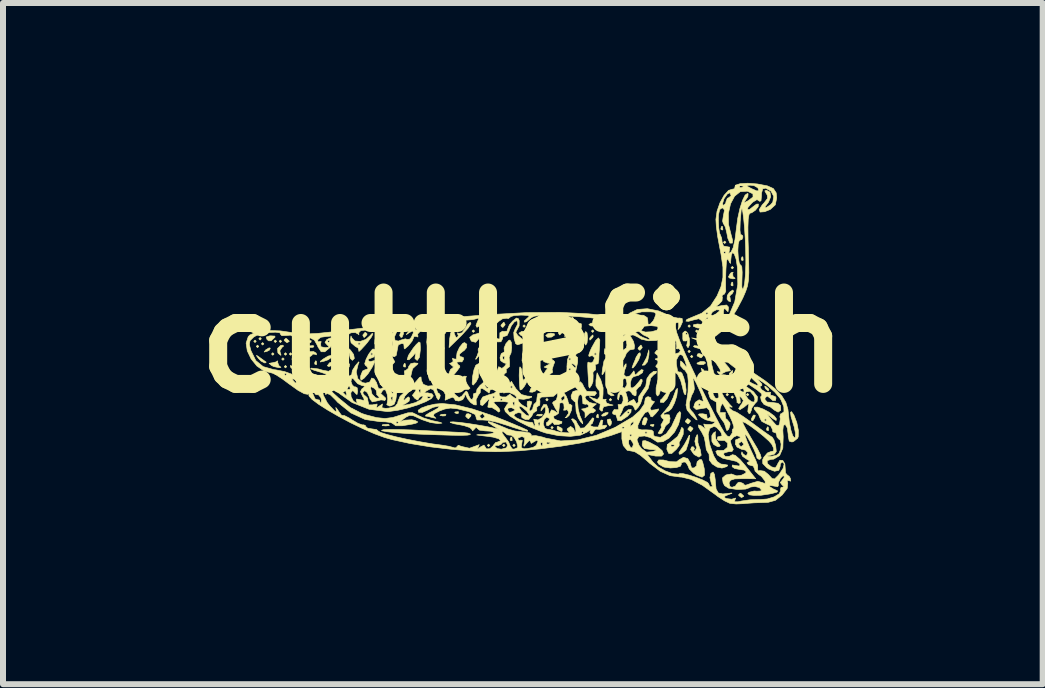
<source format=kicad_pcb>
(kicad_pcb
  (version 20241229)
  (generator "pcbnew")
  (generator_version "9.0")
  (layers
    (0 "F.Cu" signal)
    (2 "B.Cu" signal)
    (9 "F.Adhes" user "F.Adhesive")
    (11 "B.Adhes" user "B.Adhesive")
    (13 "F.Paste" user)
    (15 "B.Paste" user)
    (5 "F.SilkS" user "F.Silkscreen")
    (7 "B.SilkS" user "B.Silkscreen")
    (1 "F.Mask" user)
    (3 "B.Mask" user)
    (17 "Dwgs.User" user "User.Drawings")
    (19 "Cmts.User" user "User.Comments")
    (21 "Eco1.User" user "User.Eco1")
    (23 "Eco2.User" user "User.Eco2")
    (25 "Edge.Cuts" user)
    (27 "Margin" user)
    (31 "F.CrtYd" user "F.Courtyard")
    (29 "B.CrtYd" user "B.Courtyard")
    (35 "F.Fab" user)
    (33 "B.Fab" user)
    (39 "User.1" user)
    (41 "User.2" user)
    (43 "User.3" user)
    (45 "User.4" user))
  (footprint "cuttlefish"
    (layer "F.Cu")
    (at 5.668 2.662)
    (property "Reference" "cuttlefish" (at 0 0 0) (layer "F.SilkS") (effects (font (size 1.524 1.524) (thickness 0.3))))
    (attr through_hole)
    (fp_poly (pts (xy -4.445 -0.021) (xy -4.466 0) (xy -4.487 -0.021) (xy -4.466 -0.042) (xy -4.445 -0.021)) (stroke (width 0.01) (type solid)) (fill yes) (layer "F.SilkS"))
    (fp_poly (pts (xy -4.403 0.064) (xy -4.424 0.085) (xy -4.445 0.064) (xy -4.424 0.042) (xy -4.403 0.064)) (stroke (width 0.01) (type solid)) (fill yes) (layer "F.SilkS"))
    (fp_poly (pts (xy -4.36 -0.064) (xy -4.381 -0.042) (xy -4.403 -0.064) (xy -4.381 -0.085) (xy -4.36 -0.064)) (stroke (width 0.01) (type solid)) (fill yes) (layer "F.SilkS"))
    (fp_poly (pts (xy -4.318 0.021) (xy -4.339 0.042) (xy -4.36 0.021) (xy -4.339 0) (xy -4.318 0.021)) (stroke (width 0.01) (type solid)) (fill yes) (layer "F.SilkS"))
    (fp_poly (pts (xy -4.149 0.191) (xy -4.17 0.212) (xy -4.191 0.191) (xy -4.17 0.169) (xy -4.149 0.191)) (stroke (width 0.01) (type solid)) (fill yes) (layer "F.SilkS"))
    (fp_poly (pts (xy -4.106 -0.021) (xy -4.128 0) (xy -4.149 -0.021) (xy -4.128 -0.042) (xy -4.106 -0.021)) (stroke (width 0.01) (type solid)) (fill yes) (layer "F.SilkS"))
    (fp_poly (pts (xy -4.022 -0.021) (xy -4.043 0) (xy -4.064 -0.021) (xy -4.043 -0.042) (xy -4.022 -0.021)) (stroke (width 0.01) (type solid)) (fill yes) (layer "F.SilkS"))
    (fp_poly (pts (xy -3.979 0.275) (xy -4 0.296) (xy -4.022 0.275) (xy -4 0.254) (xy -3.979 0.275)) (stroke (width 0.01) (type solid)) (fill yes) (layer "F.SilkS"))
    (fp_poly (pts (xy -3.937 0.191) (xy -3.958 0.212) (xy -3.979 0.191) (xy -3.958 0.169) (xy -3.937 0.191)) (stroke (width 0.01) (type solid)) (fill yes) (layer "F.SilkS"))
    (fp_poly (pts (xy -3.937 0.402) (xy -3.958 0.423) (xy -3.979 0.402) (xy -3.958 0.381) (xy -3.937 0.402)) (stroke (width 0.01) (type solid)) (fill yes) (layer "F.SilkS"))
    (fp_poly (pts (xy -3.852 0.191) (xy -3.873 0.212) (xy -3.895 0.191) (xy -3.873 0.169) (xy -3.852 0.191)) (stroke (width 0.01) (type solid)) (fill yes) (layer "F.SilkS"))
    (fp_poly (pts (xy -3.81 0.275) (xy -3.831 0.296) (xy -3.852 0.275) (xy -3.831 0.254) (xy -3.81 0.275)) (stroke (width 0.01) (type solid)) (fill yes) (layer "F.SilkS"))
    (fp_poly (pts (xy -3.725 0.36) (xy -3.747 0.381) (xy -3.768 0.36) (xy -3.747 0.339) (xy -3.725 0.36)) (stroke (width 0.01) (type solid)) (fill yes) (layer "F.SilkS"))
    (fp_poly (pts (xy -3.641 0.064) (xy -3.662 0.085) (xy -3.683 0.064) (xy -3.662 0.042) (xy -3.641 0.064)) (stroke (width 0.01) (type solid)) (fill yes) (layer "F.SilkS"))
    (fp_poly (pts (xy -3.302 0.572) (xy -3.323 0.593) (xy -3.344 0.572) (xy -3.323 0.55) (xy -3.302 0.572)) (stroke (width 0.01) (type solid)) (fill yes) (layer "F.SilkS"))
    (fp_poly (pts (xy -0.804 -0.191) (xy -0.826 -0.169) (xy -0.847 -0.191) (xy -0.826 -0.212) (xy -0.804 -0.191)) (stroke (width 0.01) (type solid)) (fill yes) (layer "F.SilkS"))
    (fp_poly (pts (xy -0.55 1.714) (xy -0.572 1.736) (xy -0.593 1.714) (xy -0.572 1.693) (xy -0.55 1.714)) (stroke (width 0.01) (type solid)) (fill yes) (layer "F.SilkS"))
    (fp_poly (pts (xy -0.296 1.714) (xy -0.318 1.736) (xy -0.339 1.714) (xy -0.318 1.693) (xy -0.296 1.714)) (stroke (width 0.01) (type solid)) (fill yes) (layer "F.SilkS"))
    (fp_poly (pts (xy -0.127 1.714) (xy -0.148 1.736) (xy -0.169 1.714) (xy -0.148 1.693) (xy -0.127 1.714)) (stroke (width 0.01) (type solid)) (fill yes) (layer "F.SilkS"))
    (fp_poly (pts (xy 0.042 -0.275) (xy 0.021 -0.254) (xy 0 -0.275) (xy 0.021 -0.296) (xy 0.042 -0.275)) (stroke (width 0.01) (type solid)) (fill yes) (layer "F.SilkS"))
    (fp_poly (pts (xy 0.296 -0.402) (xy 0.275 -0.381) (xy 0.254 -0.402) (xy 0.275 -0.423) (xy 0.296 -0.402)) (stroke (width 0.01) (type solid)) (fill yes) (layer "F.SilkS"))
    (fp_poly (pts (xy 0.423 0.953) (xy 0.402 0.974) (xy 0.381 0.953) (xy 0.402 0.931) (xy 0.423 0.953)) (stroke (width 0.01) (type solid)) (fill yes) (layer "F.SilkS"))
    (fp_poly (pts (xy 0.466 -0.233) (xy 0.445 -0.212) (xy 0.423 -0.233) (xy 0.445 -0.254) (xy 0.466 -0.233)) (stroke (width 0.01) (type solid)) (fill yes) (layer "F.SilkS"))
    (fp_poly (pts (xy 0.508 1.418) (xy 0.487 1.439) (xy 0.466 1.418) (xy 0.487 1.397) (xy 0.508 1.418)) (stroke (width 0.01) (type solid)) (fill yes) (layer "F.SilkS"))
    (fp_poly (pts (xy 0.762 -0.36) (xy 0.741 -0.339) (xy 0.72 -0.36) (xy 0.741 -0.381) (xy 0.762 -0.36)) (stroke (width 0.01) (type solid)) (fill yes) (layer "F.SilkS"))
    (fp_poly (pts (xy 0.847 -0.402) (xy 0.826 -0.381) (xy 0.804 -0.402) (xy 0.826 -0.423) (xy 0.847 -0.402)) (stroke (width 0.01) (type solid)) (fill yes) (layer "F.SilkS"))
    (fp_poly (pts (xy 1.185 -0.191) (xy 1.164 -0.169) (xy 1.143 -0.191) (xy 1.164 -0.212) (xy 1.185 -0.191)) (stroke (width 0.01) (type solid)) (fill yes) (layer "F.SilkS"))
    (fp_poly (pts (xy 1.482 0.953) (xy 1.46 0.974) (xy 1.439 0.953) (xy 1.46 0.931) (xy 1.482 0.953)) (stroke (width 0.01) (type solid)) (fill yes) (layer "F.SilkS"))
    (fp_poly (pts (xy 2.54 0.021) (xy 2.519 0.042) (xy 2.498 0.021) (xy 2.519 0) (xy 2.54 0.021)) (stroke (width 0.01) (type solid)) (fill yes) (layer "F.SilkS"))
    (fp_poly (pts (xy 2.794 -0.275) (xy 2.773 -0.254) (xy 2.752 -0.275) (xy 2.773 -0.296) (xy 2.794 -0.275)) (stroke (width 0.01) (type solid)) (fill yes) (layer "F.SilkS"))
    (fp_poly (pts (xy 2.794 0.148) (xy 2.773 0.169) (xy 2.752 0.148) (xy 2.773 0.127) (xy 2.794 0.148)) (stroke (width 0.01) (type solid)) (fill yes) (layer "F.SilkS"))
    (fp_poly (pts (xy 2.836 0.233) (xy 2.815 0.254) (xy 2.794 0.233) (xy 2.815 0.212) (xy 2.836 0.233)) (stroke (width 0.01) (type solid)) (fill yes) (layer "F.SilkS"))
    (fp_poly (pts (xy 2.921 -0.191) (xy 2.9 -0.169) (xy 2.879 -0.191) (xy 2.9 -0.212) (xy 2.921 -0.191)) (stroke (width 0.01) (type solid)) (fill yes) (layer "F.SilkS"))
    (fp_poly (pts (xy 3.133 0.741) (xy 3.111 0.762) (xy 3.09 0.741) (xy 3.111 0.72) (xy 3.133 0.741)) (stroke (width 0.01) (type solid)) (fill yes) (layer "F.SilkS"))
    (fp_poly (pts (xy 3.387 -1.672) (xy 3.365 -1.651) (xy 3.344 -1.672) (xy 3.365 -1.693) (xy 3.387 -1.672)) (stroke (width 0.01) (type solid)) (fill yes) (layer "F.SilkS"))
    (fp_poly (pts (xy 3.429 0.868) (xy 3.408 0.889) (xy 3.387 0.868) (xy 3.408 0.847) (xy 3.429 0.868)) (stroke (width 0.01) (type solid)) (fill yes) (layer "F.SilkS"))
    (fp_poly (pts (xy 3.514 -1.249) (xy 3.493 -1.228) (xy 3.471 -1.249) (xy 3.493 -1.27) (xy 3.514 -1.249)) (stroke (width 0.01) (type solid)) (fill yes) (layer "F.SilkS"))
    (fp_poly (pts (xy 3.514 0.91) (xy 3.493 0.931) (xy 3.471 0.91) (xy 3.493 0.889) (xy 3.514 0.91)) (stroke (width 0.01) (type solid)) (fill yes) (layer "F.SilkS"))
    (fp_poly (pts (xy 3.768 0.868) (xy 3.747 0.889) (xy 3.725 0.868) (xy 3.747 0.847) (xy 3.768 0.868)) (stroke (width 0.01) (type solid)) (fill yes) (layer "F.SilkS"))
    (fp_poly (pts (xy -3.612 0.353) (xy -3.618 0.378) (xy -3.641 0.381) (xy -3.676 0.366) (xy -3.669 0.353) (xy -3.619 0.348) (xy -3.612 0.353)) (stroke (width 0.01) (type solid)) (fill yes) (layer "F.SilkS"))
    (fp_poly (pts (xy -3.612 0.522) (xy -3.607 0.572) (xy -3.612 0.579) (xy -3.638 0.573) (xy -3.641 0.55) (xy -3.625 0.515) (xy -3.612 0.522)) (stroke (width 0.01) (type solid)) (fill yes) (layer "F.SilkS"))
    (fp_poly (pts (xy -3.528 -0.028) (xy -3.534 -0.003) (xy -3.556 0) (xy -3.591 -0.015) (xy -3.584 -0.028) (xy -3.534 -0.033) (xy -3.528 -0.028)) (stroke (width 0.01) (type solid)) (fill yes) (layer "F.SilkS"))
    (fp_poly (pts (xy -3.483 0.059) (xy -3.495 0.078) (xy -3.538 0.081) (xy -3.584 0.071) (xy -3.564 0.056) (xy -3.498 0.051) (xy -3.483 0.059)) (stroke (width 0.01) (type solid)) (fill yes) (layer "F.SilkS"))
    (fp_poly (pts (xy -3.443 0.31) (xy -3.438 0.361) (xy -3.443 0.367) (xy -3.468 0.361) (xy -3.471 0.339) (xy -3.456 0.304) (xy -3.443 0.31)) (stroke (width 0.01) (type solid)) (fill yes) (layer "F.SilkS"))
    (fp_poly (pts (xy -2.3 -0.155) (xy -2.295 -0.105) (xy -2.3 -0.099) (xy -2.325 -0.105) (xy -2.328 -0.127) (xy -2.313 -0.162) (xy -2.3 -0.155)) (stroke (width 0.01) (type solid)) (fill yes) (layer "F.SilkS"))
    (fp_poly (pts (xy -2.233 1.369) (xy -2.228 1.384) (xy -2.286 1.39) (xy -2.346 1.384) (xy -2.339 1.369) (xy -2.252 1.363) (xy -2.233 1.369)) (stroke (width 0.01) (type solid)) (fill yes) (layer "F.SilkS"))
    (fp_poly (pts (xy -1.961 0.353) (xy -1.956 0.403) (xy -1.961 0.409) (xy -1.987 0.403) (xy -1.99 0.381) (xy -1.974 0.346) (xy -1.961 0.353)) (stroke (width 0.01) (type solid)) (fill yes) (layer "F.SilkS"))
    (fp_poly (pts (xy -1.281 1.202) (xy -1.294 1.221) (xy -1.337 1.224) (xy -1.382 1.214) (xy -1.363 1.199) (xy -1.296 1.194) (xy -1.281 1.202)) (stroke (width 0.01) (type solid)) (fill yes) (layer "F.SilkS"))
    (fp_poly (pts (xy -1.072 1.157) (xy -1.078 1.182) (xy -1.101 1.185) (xy -1.136 1.17) (xy -1.129 1.157) (xy -1.079 1.152) (xy -1.072 1.157)) (stroke (width 0.01) (type solid)) (fill yes) (layer "F.SilkS"))
    (fp_poly (pts (xy -0.183 1.58) (xy -0.178 1.631) (xy -0.183 1.637) (xy -0.209 1.631) (xy -0.212 1.609) (xy -0.196 1.574) (xy -0.183 1.58)) (stroke (width 0.01) (type solid)) (fill yes) (layer "F.SilkS"))
    (fp_poly (pts (xy 0.327 1.202) (xy 0.315 1.221) (xy 0.272 1.224) (xy 0.226 1.214) (xy 0.246 1.199) (xy 0.312 1.194) (xy 0.327 1.202)) (stroke (width 0.01) (type solid)) (fill yes) (layer "F.SilkS"))
    (fp_poly (pts (xy 0.706 -0.282) (xy 0.7 -0.257) (xy 0.677 -0.254) (xy 0.642 -0.269) (xy 0.649 -0.282) (xy 0.699 -0.287) (xy 0.706 -0.282)) (stroke (width 0.01) (type solid)) (fill yes) (layer "F.SilkS"))
    (fp_poly (pts (xy 1.256 1.199) (xy 1.261 1.25) (xy 1.256 1.256) (xy 1.231 1.25) (xy 1.228 1.228) (xy 1.243 1.193) (xy 1.256 1.199)) (stroke (width 0.01) (type solid)) (fill yes) (layer "F.SilkS"))
    (fp_poly (pts (xy 1.384 0.119) (xy 1.389 0.185) (xy 1.38 0.2) (xy 1.361 0.188) (xy 1.358 0.145) (xy 1.368 0.099) (xy 1.384 0.119)) (stroke (width 0.01) (type solid)) (fill yes) (layer "F.SilkS"))
    (fp_poly (pts (xy 2.187 1.369) (xy 2.181 1.394) (xy 2.159 1.397) (xy 2.124 1.382) (xy 2.131 1.369) (xy 2.181 1.364) (xy 2.187 1.369)) (stroke (width 0.01) (type solid)) (fill yes) (layer "F.SilkS"))
    (fp_poly (pts (xy 2.272 0.268) (xy 2.266 0.293) (xy 2.244 0.296) (xy 2.209 0.281) (xy 2.215 0.268) (xy 2.266 0.263) (xy 2.272 0.268)) (stroke (width 0.01) (type solid)) (fill yes) (layer "F.SilkS"))
    (fp_poly (pts (xy 3.034 -0.155) (xy 3.028 -0.13) (xy 3.006 -0.127) (xy 2.971 -0.142) (xy 2.977 -0.155) (xy 3.028 -0.16) (xy 3.034 -0.155)) (stroke (width 0.01) (type solid)) (fill yes) (layer "F.SilkS"))
    (fp_poly (pts (xy 3.33 -1.933) (xy 3.335 -1.883) (xy 3.33 -1.877) (xy 3.305 -1.883) (xy 3.302 -1.905) (xy 3.317 -1.94) (xy 3.33 -1.933)) (stroke (width 0.01) (type solid)) (fill yes) (layer "F.SilkS"))
    (fp_poly (pts (xy 3.5 -1.002) (xy 3.505 -0.952) (xy 3.5 -0.945) (xy 3.474 -0.951) (xy 3.471 -0.974) (xy 3.487 -1.009) (xy 3.5 -1.002)) (stroke (width 0.01) (type solid)) (fill yes) (layer "F.SilkS"))
    (fp_poly (pts (xy 3.669 -1.425) (xy 3.674 -1.375) (xy 3.669 -1.369) (xy 3.644 -1.375) (xy 3.641 -1.397) (xy 3.656 -1.432) (xy 3.669 -1.425)) (stroke (width 0.01) (type solid)) (fill yes) (layer "F.SilkS"))
    (fp_poly (pts (xy 4.092 1.411) (xy 4.097 1.461) (xy 4.092 1.468) (xy 4.067 1.462) (xy 4.064 1.439) (xy 4.079 1.404) (xy 4.092 1.411)) (stroke (width 0.01) (type solid)) (fill yes) (layer "F.SilkS"))
    (fp_poly (pts (xy -4.211 0.093) (xy -4.224 0.124) (xy -4.263 0.145) (xy -4.313 0.158) (xy -4.292 0.127) (xy -4.287 0.122) (xy -4.231 0.088) (xy -4.211 0.093)) (stroke (width 0.01) (type solid)) (fill yes) (layer "F.SilkS"))
    (fp_poly (pts (xy -2.994 -0.054) (xy -2.985 -0.042) (xy -2.97 -0.004) (xy -3.01 -0.019) (xy -3.048 -0.042) (xy -3.081 -0.076) (xy -3.061 -0.084) (xy -2.994 -0.054)) (stroke (width 0.01) (type solid)) (fill yes) (layer "F.SilkS"))
    (fp_poly (pts (xy 1.418 1.186) (xy 1.373 1.221) (xy 1.324 1.227) (xy 1.312 1.211) (xy 1.346 1.184) (xy 1.378 1.169) (xy 1.422 1.166) (xy 1.418 1.186)) (stroke (width 0.01) (type solid)) (fill yes) (layer "F.SilkS"))
    (fp_poly (pts (xy 1.478 1.321) (xy 1.473 1.361) (xy 1.449 1.392) (xy 1.422 1.36) (xy 1.406 1.298) (xy 1.414 1.281) (xy 1.456 1.274) (xy 1.478 1.321)) (stroke (width 0.01) (type solid)) (fill yes) (layer "F.SilkS"))
    (fp_poly (pts (xy 1.558 0.286) (xy 1.6 0.322) (xy 1.627 0.37) (xy 1.613 0.381) (xy 1.554 0.35) (xy 1.543 0.336) (xy 1.526 0.283) (xy 1.558 0.286)) (stroke (width 0.01) (type solid)) (fill yes) (layer "F.SilkS"))
    (fp_poly (pts (xy 3.005 0.449) (xy 3.011 0.454) (xy 3.044 0.51) (xy 3.04 0.53) (xy 3.008 0.518) (xy 2.987 0.478) (xy 2.974 0.429) (xy 3.005 0.449)) (stroke (width 0.01) (type solid)) (fill yes) (layer "F.SilkS"))
    (fp_poly (pts (xy 3.024 0.317) (xy 3.048 0.34) (xy 3.013 0.366) (xy 2.965 0.369) (xy 2.907 0.356) (xy 2.903 0.343) (xy 2.961 0.316) (xy 3.024 0.317)) (stroke (width 0.01) (type solid)) (fill yes) (layer "F.SilkS"))
    (fp_poly (pts (xy 3.876 1.214) (xy 3.868 1.247) (xy 3.834 1.306) (xy 3.812 1.296) (xy 3.81 1.272) (xy 3.841 1.215) (xy 3.852 1.207) (xy 3.876 1.214)) (stroke (width 0.01) (type solid)) (fill yes) (layer "F.SilkS"))
    (fp_poly (pts (xy 4.057 0.737) (xy 4.103 0.779) (xy 4.094 0.804) (xy 4.088 0.804) (xy 4.052 0.774) (xy 4.039 0.755) (xy 4.034 0.726) (xy 4.057 0.737)) (stroke (width 0.01) (type solid)) (fill yes) (layer "F.SilkS"))
    (fp_poly (pts (xy -3.937 -0.064) (xy -3.897 -0.025) (xy -3.895 -0.019) (xy -3.927 -0.000485) (xy -3.937 0) (xy -3.978 -0.033) (xy -3.979 -0.045) (xy -3.953 -0.07) (xy -3.937 -0.064)) (stroke (width 0.01) (type solid)) (fill yes) (layer "F.SilkS"))
    (fp_poly (pts (xy -3.407 0.552) (xy -3.407 0.552) (xy -3.421 0.584) (xy -3.469 0.593) (xy -3.539 0.586) (xy -3.556 0.576) (xy -3.523 0.544) (xy -3.456 0.533) (xy -3.407 0.552)) (stroke (width 0.01) (type solid)) (fill yes) (layer "F.SilkS"))
    (fp_poly (pts (xy -3.049 0.032) (xy -3.048 0.042) (xy -3.08 0.083) (xy -3.09 0.085) (xy -3.131 0.052) (xy -3.133 0.042) (xy -3.1 0.001) (xy -3.09 0) (xy -3.049 0.032)) (stroke (width 0.01) (type solid)) (fill yes) (layer "F.SilkS"))
    (fp_poly (pts (xy -2.889 0.357) (xy -2.894 0.402) (xy -2.934 0.455) (xy -2.988 0.502) (xy -3.004 0.488) (xy -3.006 0.456) (xy -2.982 0.383) (xy -2.93 0.345) (xy -2.889 0.357)) (stroke (width 0.01) (type solid)) (fill yes) (layer "F.SilkS"))
    (fp_poly (pts (xy -2.597 -0.143) (xy -2.603 -0.127) (xy -2.642 -0.087) (xy -2.648 -0.085) (xy -2.667 -0.117) (xy -2.667 -0.127) (xy -2.634 -0.168) (xy -2.622 -0.169) (xy -2.597 -0.143)) (stroke (width 0.01) (type solid)) (fill yes) (layer "F.SilkS"))
    (fp_poly (pts (xy -1.992 -0.177) (xy -1.99 -0.148) (xy -2.012 -0.092) (xy -2.031 -0.085) (xy -2.054 -0.116) (xy -2.047 -0.148) (xy -2.017 -0.204) (xy -2.006 -0.212) (xy -1.992 -0.177)) (stroke (width 0.01) (type solid)) (fill yes) (layer "F.SilkS"))
    (fp_poly (pts (xy -1.102 -0.306) (xy -1.101 -0.296) (xy -1.133 -0.255) (xy -1.143 -0.254) (xy -1.184 -0.286) (xy -1.185 -0.296) (xy -1.153 -0.337) (xy -1.143 -0.339) (xy -1.102 -0.306)) (stroke (width 0.01) (type solid)) (fill yes) (layer "F.SilkS"))
    (fp_poly (pts (xy -0.994 -0.308) (xy -1.001 -0.275) (xy -1.031 -0.219) (xy -1.042 -0.212) (xy -1.056 -0.246) (xy -1.058 -0.275) (xy -1.036 -0.332) (xy -1.017 -0.339) (xy -0.994 -0.308)) (stroke (width 0.01) (type solid)) (fill yes) (layer "F.SilkS"))
    (fp_poly (pts (xy -0.864 1.205) (xy -0.868 1.228) (xy -0.904 1.268) (xy -0.91 1.27) (xy -0.944 1.24) (xy -0.953 1.228) (xy -0.942 1.192) (xy -0.91 1.185) (xy -0.864 1.205)) (stroke (width 0.01) (type solid)) (fill yes) (layer "F.SilkS"))
    (fp_poly (pts (xy -0.297 -0.306) (xy -0.296 -0.296) (xy -0.329 -0.256) (xy -0.341 -0.254) (xy -0.366 -0.28) (xy -0.36 -0.296) (xy -0.322 -0.337) (xy -0.315 -0.339) (xy -0.297 -0.306)) (stroke (width 0.01) (type solid)) (fill yes) (layer "F.SilkS"))
    (fp_poly (pts (xy 0.247 0.755) (xy 0.212 0.807) (xy 0.159 0.828) (xy 0.113 0.824) (xy 0.128 0.777) (xy 0.138 0.761) (xy 0.19 0.708) (xy 0.222 0.705) (xy 0.247 0.755)) (stroke (width 0.01) (type solid)) (fill yes) (layer "F.SilkS"))
    (fp_poly (pts (xy 0.525 -0.147) (xy 0.528 -0.124) (xy 0.477 -0.091) (xy 0.413 -0.088) (xy 0.381 -0.118) (xy 0.381 -0.118) (xy 0.417 -0.148) (xy 0.467 -0.158) (xy 0.525 -0.147)) (stroke (width 0.01) (type solid)) (fill yes) (layer "F.SilkS"))
    (fp_poly (pts (xy 0.648 1.428) (xy 0.656 1.439) (xy 0.654 1.478) (xy 0.64 1.482) (xy 0.58 1.451) (xy 0.572 1.439) (xy 0.573 1.4) (xy 0.588 1.397) (xy 0.648 1.428)) (stroke (width 0.01) (type solid)) (fill yes) (layer "F.SilkS"))
    (fp_poly (pts (xy 0.663 -0.186) (xy 0.656 -0.169) (xy 0.618 -0.129) (xy 0.611 -0.127) (xy 0.593 -0.16) (xy 0.593 -0.169) (xy 0.625 -0.21) (xy 0.637 -0.212) (xy 0.663 -0.186)) (stroke (width 0.01) (type solid)) (fill yes) (layer "F.SilkS"))
    (fp_poly (pts (xy 1.172 -0.1) (xy 1.164 -0.085) (xy 1.124 -0.044) (xy 1.117 -0.042) (xy 1.114 -0.07) (xy 1.122 -0.085) (xy 1.162 -0.125) (xy 1.169 -0.127) (xy 1.172 -0.1)) (stroke (width 0.01) (type solid)) (fill yes) (layer "F.SilkS"))
    (fp_poly (pts (xy 1.989 0.075) (xy 1.99 0.085) (xy 1.957 0.125) (xy 1.945 0.127) (xy 1.92 0.101) (xy 1.926 0.085) (xy 1.964 0.044) (xy 1.971 0.042) (xy 1.989 0.075)) (stroke (width 0.01) (type solid)) (fill yes) (layer "F.SilkS"))
    (fp_poly (pts (xy 2.069 1.258) (xy 2.074 1.286) (xy 2.049 1.359) (xy 2.032 1.376) (xy 1.995 1.367) (xy 1.99 1.338) (xy 2.015 1.265) (xy 2.032 1.249) (xy 2.069 1.258)) (stroke (width 0.01) (type solid)) (fill yes) (layer "F.SilkS"))
    (fp_poly (pts (xy 2.285 0.159) (xy 2.286 0.169) (xy 2.254 0.21) (xy 2.244 0.212) (xy 2.203 0.179) (xy 2.201 0.169) (xy 2.234 0.128) (xy 2.244 0.127) (xy 2.285 0.159)) (stroke (width 0.01) (type solid)) (fill yes) (layer "F.SilkS"))
    (fp_poly (pts (xy 2.286 0.371) (xy 2.286 0.381) (xy 2.253 0.422) (xy 2.241 0.423) (xy 2.216 0.397) (xy 2.223 0.381) (xy 2.261 0.341) (xy 2.267 0.339) (xy 2.286 0.371)) (stroke (width 0.01) (type solid)) (fill yes) (layer "F.SilkS"))
    (fp_poly (pts (xy 2.793 1.302) (xy 2.794 1.312) (xy 2.762 1.353) (xy 2.752 1.355) (xy 2.711 1.322) (xy 2.709 1.312) (xy 2.742 1.271) (xy 2.752 1.27) (xy 2.793 1.302)) (stroke (width 0.01) (type solid)) (fill yes) (layer "F.SilkS"))
    (fp_poly (pts (xy 2.835 1.429) (xy 2.836 1.439) (xy 2.804 1.48) (xy 2.794 1.482) (xy 2.753 1.449) (xy 2.752 1.439) (xy 2.784 1.398) (xy 2.794 1.397) (xy 2.835 1.429)) (stroke (width 0.01) (type solid)) (fill yes) (layer "F.SilkS"))
    (fp_poly (pts (xy 2.999 0.203) (xy 3.006 0.219) (xy 2.974 0.253) (xy 2.966 0.254) (xy 2.908 0.224) (xy 2.904 0.219) (xy 2.917 0.188) (xy 2.944 0.183) (xy 2.999 0.203)) (stroke (width 0.01) (type solid)) (fill yes) (layer "F.SilkS"))
    (fp_poly (pts (xy 3.343 0.666) (xy 3.344 0.677) (xy 3.33 0.719) (xy 3.326 0.72) (xy 3.29 0.69) (xy 3.281 0.677) (xy 3.284 0.638) (xy 3.3 0.635) (xy 3.343 0.666)) (stroke (width 0.01) (type solid)) (fill yes) (layer "F.SilkS"))
    (fp_poly (pts (xy 3.5 0.493) (xy 3.493 0.508) (xy 3.453 0.548) (xy 3.445 0.55) (xy 3.442 0.523) (xy 3.45 0.508) (xy 3.49 0.468) (xy 3.497 0.466) (xy 3.5 0.493)) (stroke (width 0.01) (type solid)) (fill yes) (layer "F.SilkS"))
    (fp_poly (pts (xy 3.641 2.519) (xy 3.681 2.557) (xy 3.683 2.564) (xy 3.65 2.582) (xy 3.641 2.582) (xy 3.6 2.55) (xy 3.598 2.538) (xy 3.624 2.512) (xy 3.641 2.519)) (stroke (width 0.01) (type solid)) (fill yes) (layer "F.SilkS"))
    (fp_poly (pts (xy -4.424 0.222) (xy -4.381 0.253) (xy -4.31 0.305) (xy -4.279 0.327) (xy -4.293 0.338) (xy -4.306 0.339) (xy -4.365 0.309) (xy -4.408 0.265) (xy -4.444 0.215) (xy -4.424 0.222)) (stroke (width 0.01) (type solid)) (fill yes) (layer "F.SilkS"))
    (fp_poly (pts (xy -4.135 -0.108) (xy -4.132 -0.091) (xy -4.191 -0.036) (xy -4.196 -0.03) (xy -4.239 -0.029) (xy -4.266 -0.052) (xy -4.28 -0.093) (xy -4.223 -0.111) (xy -4.202 -0.112) (xy -4.135 -0.108)) (stroke (width 0.01) (type solid)) (fill yes) (layer "F.SilkS"))
    (fp_poly (pts (xy -3.19 0.244) (xy -3.193 0.249) (xy -3.249 0.288) (xy -3.312 0.31) (xy -3.378 0.324) (xy -3.369 0.306) (xy -3.326 0.273) (xy -3.245 0.225) (xy -3.193 0.214) (xy -3.19 0.244)) (stroke (width 0.01) (type solid)) (fill yes) (layer "F.SilkS"))
    (fp_poly (pts (xy 1.07 -0.162) (xy 1.079 -0.082) (xy 1.079 -0.081) (xy 1.07 0.007) (xy 1.048 0.042) (xy 1.024 0.006) (xy 1.016 -0.061) (xy 1.028 -0.148) (xy 1.048 -0.184) (xy 1.07 -0.162)) (stroke (width 0.01) (type solid)) (fill yes) (layer "F.SilkS"))
    (fp_poly (pts (xy 1.408 0.307) (xy 1.405 0.383) (xy 1.37 0.468) (xy 1.331 0.533) (xy 1.319 0.53) (xy 1.327 0.451) (xy 1.33 0.43) (xy 1.353 0.306) (xy 1.38 0.267) (xy 1.408 0.307)) (stroke (width 0.01) (type solid)) (fill yes) (layer "F.SilkS"))
    (fp_poly (pts (xy -3.811 0.405) (xy -3.741 0.453) (xy -3.694 0.504) (xy -3.691 0.53) (xy -3.735 0.522) (xy -3.811 0.471) (xy -3.815 0.468) (xy -3.872 0.411) (xy -3.877 0.384) (xy -3.873 0.384) (xy -3.811 0.405)) (stroke (width 0.01) (type solid)) (fill yes) (layer "F.SilkS"))
    (fp_poly (pts (xy 2.104 0.158) (xy 2.102 0.208) (xy 2.079 0.32) (xy 2.032 0.374) (xy 1.991 0.378) (xy 2.017 0.336) (xy 2.017 0.335) (xy 2.064 0.247) (xy 2.087 0.169) (xy 2.1 0.122) (xy 2.104 0.158)) (stroke (width 0.01) (type solid)) (fill yes) (layer "F.SilkS"))
    (fp_poly (pts (xy 2.963 -0.305) (xy 3.052 -0.289) (xy 3.09 -0.275) (xy 3.09 -0.275) (xy 3.055 -0.25) (xy 2.977 -0.239) (xy 2.91 -0.244) (xy 2.842 -0.272) (xy 2.846 -0.298) (xy 2.911 -0.31) (xy 2.963 -0.305)) (stroke (width 0.01) (type solid)) (fill yes) (layer "F.SilkS"))
    (fp_poly (pts (xy 3.499 -1.153) (xy 3.504 -1.1) (xy 3.524 -1.086) (xy 3.539 -1.068) (xy 3.503 -1.062) (xy 3.44 -1.078) (xy 3.429 -1.098) (xy 3.46 -1.154) (xy 3.478 -1.168) (xy 3.507 -1.173) (xy 3.499 -1.153)) (stroke (width 0.01) (type solid)) (fill yes) (layer "F.SilkS"))
    (fp_poly (pts (xy -3.988 0.057) (xy -4.017 0.081) (xy -4.052 0.136) (xy -4.046 0.165) (xy -4.032 0.208) (xy -4.038 0.212) (xy -4.076 0.182) (xy -4.085 0.169) (xy -4.09 0.098) (xy -4.038 0.048) (xy -4.009 0.043) (xy -3.988 0.057)) (stroke (width 0.01) (type solid)) (fill yes) (layer "F.SilkS"))
    (fp_poly (pts (xy -2.893 0.108) (xy -2.873 0.127) (xy -2.822 0.198) (xy -2.81 0.265) (xy -2.841 0.296) (xy -2.843 0.296) (xy -2.878 0.264) (xy -2.879 0.257) (xy -2.893 0.188) (xy -2.908 0.142) (xy -2.922 0.091) (xy -2.893 0.108)) (stroke (width 0.01) (type solid)) (fill yes) (layer "F.SilkS"))
    (fp_poly (pts (xy -1.529 0.452) (xy -1.527 0.453) (xy -1.456 0.476) (xy -1.445 0.513) (xy -1.465 0.568) (xy -1.506 0.624) (xy -1.551 0.632) (xy -1.566 0.596) (xy -1.58 0.525) (xy -1.591 0.493) (xy -1.591 0.449) (xy -1.529 0.452)) (stroke (width 0.01) (type solid)) (fill yes) (layer "F.SilkS"))
    (fp_poly (pts (xy 0.016 -0.162) (xy 0.015 -0.13) (xy 0.057 -0.14) (xy 0.115 -0.144) (xy 0.127 -0.126) (xy 0.095 -0.089) (xy 0.021 -0.095) (xy -0.035 -0.122) (xy -0.066 -0.156) (xy -0.023 -0.184) (xy 0.024 -0.189) (xy 0.016 -0.162)) (stroke (width 0.01) (type solid)) (fill yes) (layer "F.SilkS"))
    (fp_poly (pts (xy 1.962 0.202) (xy 1.934 0.281) (xy 1.926 0.296) (xy 1.878 0.375) (xy 1.838 0.421) (xy 1.821 0.422) (xy 1.838 0.37) (xy 1.874 0.285) (xy 1.889 0.243) (xy 1.929 0.181) (xy 1.953 0.169) (xy 1.962 0.202)) (stroke (width 0.01) (type solid)) (fill yes) (layer "F.SilkS"))
    (fp_poly (pts (xy 2.783 1.549) (xy 2.771 1.627) (xy 2.767 1.651) (xy 2.72 1.793) (xy 2.642 1.857) (xy 2.609 1.862) (xy 2.602 1.836) (xy 2.63 1.793) (xy 2.693 1.701) (xy 2.741 1.613) (xy 2.774 1.546) (xy 2.783 1.549)) (stroke (width 0.01) (type solid)) (fill yes) (layer "F.SilkS"))
    (fp_poly (pts (xy 3.207 1.524) (xy 3.216 1.603) (xy 3.251 1.662) (xy 3.292 1.717) (xy 3.274 1.735) (xy 3.248 1.736) (xy 3.183 1.7) (xy 3.152 1.647) (xy 3.151 1.552) (xy 3.176 1.509) (xy 3.213 1.485) (xy 3.207 1.524)) (stroke (width 0.01) (type solid)) (fill yes) (layer "F.SilkS"))
    (fp_poly (pts (xy 3.514 -0.856) (xy 3.487 -0.808) (xy 3.473 -0.804) (xy 3.449 -0.773) (xy 3.456 -0.741) (xy 3.463 -0.683) (xy 3.43 -0.692) (xy 3.405 -0.724) (xy 3.409 -0.786) (xy 3.445 -0.839) (xy 3.5 -0.877) (xy 3.514 -0.856)) (stroke (width 0.01) (type solid)) (fill yes) (layer "F.SilkS"))
    (fp_poly (pts (xy 2.352 0.497) (xy 2.318 0.684) (xy 2.293 0.802) (xy 2.272 0.865) (xy 2.25 0.888) (xy 2.242 0.889) (xy 2.222 0.852) (xy 2.222 0.763) (xy 2.223 0.748) (xy 2.258 0.605) (xy 2.309 0.483) (xy 2.376 0.36) (xy 2.352 0.497)) (stroke (width 0.01) (type solid)) (fill yes) (layer "F.SilkS"))
    (fp_poly (pts (xy -4.086 0.307) (xy -4.09 0.325) (xy -4.069 0.385) (xy -4.051 0.396) (xy -4.034 0.415) (xy -4.064 0.419) (xy -4.154 0.4) (xy -4.191 0.381) (xy -4.231 0.348) (xy -4.194 0.339) (xy -4.184 0.339) (xy -4.113 0.322) (xy -4.096 0.307) (xy -4.086 0.307)) (stroke (width 0.01) (type solid)) (fill yes) (layer "F.SilkS"))
    (fp_poly (pts (xy -2.964 0.138) (xy -2.963 0.149) (xy -2.983 0.194) (xy -3.006 0.191) (xy -3.045 0.194) (xy -3.048 0.209) (xy -3.079 0.252) (xy -3.09 0.254) (xy -3.131 0.223) (xy -3.133 0.213) (xy -3.1 0.163) (xy -3.048 0.127) (xy -2.983 0.103) (xy -2.964 0.138)) (stroke (width 0.01) (type solid)) (fill yes) (layer "F.SilkS"))
    (fp_poly (pts (xy 0.818 -0.061) (xy 0.839 -0.027) (xy 0.784 0.043) (xy 0.762 0.064) (xy 0.701 0.113) (xy 0.679 0.104) (xy 0.677 0.07) (xy 0.656 0.01) (xy 0.635 0) (xy 0.586 -0.011) (xy 0.6 -0.036) (xy 0.658 -0.06) (xy 0.72 -0.068) (xy 0.818 -0.061)) (stroke (width 0.01) (type solid)) (fill yes) (layer "F.SilkS"))
    (fp_poly (pts (xy -3.446 0.176) (xy -3.441 0.205) (xy -3.465 0.195) (xy -3.508 0.191) (xy -3.514 0.208) (xy -3.545 0.232) (xy -3.584 0.224) (xy -3.632 0.218) (xy -3.624 0.247) (xy -3.62 0.291) (xy -3.636 0.296) (xy -3.695 0.265) (xy -3.706 0.251) (xy -3.723 0.21) (xy -3.695 0.183) (xy -3.603 0.157) (xy -3.59 0.154) (xy -3.49 0.149) (xy -3.446 0.176)) (stroke (width 0.01) (type solid)) (fill yes) (layer "F.SilkS"))
    (fp_poly (pts (xy -1.748 0.346) (xy -1.764 0.371) (xy -1.778 0.38) (xy -1.834 0.431) (xy -1.844 0.454) (xy -1.869 0.561) (xy -1.92 0.646) (xy -1.973 0.677) (xy -2.013 0.66) (xy -1.993 0.598) (xy -1.969 0.524) (xy -1.977 0.492) (xy -1.971 0.468) (xy -1.954 0.466) (xy -1.911 0.431) (xy -1.905 0.402) (xy -1.869 0.351) (xy -1.81 0.339) (xy -1.748 0.346)) (stroke (width 0.01) (type solid)) (fill yes) (layer "F.SilkS"))
    (fp_poly (pts (xy -1.713 0.002) (xy -1.709 0.08) (xy -1.71 0.126) (xy -1.724 0.244) (xy -1.758 0.295) (xy -1.765 0.296) (xy -1.799 0.265) (xy -1.794 0.222) (xy -1.781 0.172) (xy -1.803 0.187) (xy -1.832 0.222) (xy -1.898 0.287) (xy -1.928 0.285) (xy -1.91 0.221) (xy -1.901 0.204) (xy -1.829 0.095) (xy -1.779 0.034) (xy -1.733 -0.01) (xy -1.713 0.002)) (stroke (width 0.01) (type solid)) (fill yes) (layer "F.SilkS"))
    (fp_poly (pts (xy -0.024 0.439) (xy -0.012 0.503) (xy -0.005 0.582) (xy 0.007 0.631) (xy 0.037 0.601) (xy 0.042 0.593) (xy 0.075 0.551) (xy 0.083 0.582) (xy 0.083 0.593) (xy 0.066 0.656) (xy 0.027 0.727) (xy -0.015 0.78) (xy -0.044 0.79) (xy -0.048 0.781) (xy -0.057 0.668) (xy -0.061 0.551) (xy -0.058 0.454) (xy -0.05 0.407) (xy -0.045 0.406) (xy -0.024 0.439)) (stroke (width 0.01) (type solid)) (fill yes) (layer "F.SilkS"))
    (fp_poly (pts (xy -0.865 -0.313) (xy -0.914 -0.239) (xy -1.019 -0.123) (xy -1.089 -0.054) (xy -1.23 0.083) (xy -1.22 -0.065) (xy -1.204 -0.157) (xy -1.177 -0.21) (xy -1.152 -0.208) (xy -1.143 -0.148) (xy -1.119 -0.092) (xy -1.098 -0.085) (xy -1.075 -0.111) (xy -1.084 -0.134) (xy -1.089 -0.163) (xy -1.065 -0.152) (xy -1.013 -0.163) (xy -0.967 -0.23) (xy -0.918 -0.309) (xy -0.877 -0.339) (xy -0.865 -0.313)) (stroke (width 0.01) (type solid)) (fill yes) (layer "F.SilkS"))
    (fp_poly (pts (xy 2.752 -0.153) (xy 2.777 -0.063) (xy 2.778 -0.053) (xy 2.778 0.04) (xy 2.756 0.084) (xy 2.753 0.085) (xy 2.731 0.053) (xy 2.739 0.014) (xy 2.745 -0.034) (xy 2.717 -0.026) (xy 2.674 -0.029) (xy 2.667 -0.061) (xy 2.667 -0.148) (xy 2.709 -0.148) (xy 2.731 -0.127) (xy 2.752 -0.148) (xy 2.731 -0.169) (xy 2.709 -0.148) (xy 2.667 -0.148) (xy 2.667 -0.159) (xy 2.7 -0.189) (xy 2.715 -0.191) (xy 2.752 -0.153)) (stroke (width 0.01) (type solid)) (fill yes) (layer "F.SilkS"))
    (fp_poly (pts (xy 2.917 1.556) (xy 2.918 1.577) (xy 2.919 1.646) (xy 2.918 1.662) (xy 2.929 1.704) (xy 2.959 1.789) (xy 2.974 1.88) (xy 2.937 1.91) (xy 2.863 1.871) (xy 2.845 1.854) (xy 2.798 1.784) (xy 2.813 1.741) (xy 2.839 1.736) (xy 2.862 1.762) (xy 2.853 1.785) (xy 2.848 1.813) (xy 2.874 1.802) (xy 2.901 1.75) (xy 2.886 1.721) (xy 2.868 1.646) (xy 2.881 1.587) (xy 2.907 1.533) (xy 2.917 1.556)) (stroke (width 0.01) (type solid)) (fill yes) (layer "F.SilkS"))
    (fp_poly (pts (xy -2.069 1.45) (xy -1.856 1.457) (xy -1.757 1.462) (xy -1.524 1.474) (xy -1.314 1.485) (xy -1.144 1.493) (xy -1.033 1.498) (xy -1.009 1.499) (xy -0.918 1.509) (xy -0.875 1.524) (xy -0.88 1.536) (xy -0.928 1.544) (xy -1.028 1.547) (xy -1.189 1.545) (xy -1.418 1.538) (xy -1.722 1.527) (xy -1.94 1.516) (xy -2.127 1.502) (xy -2.269 1.486) (xy -2.347 1.471) (xy -2.357 1.465) (xy -2.33 1.454) (xy -2.23 1.449) (xy -2.069 1.45)) (stroke (width 0.01) (type solid)) (fill yes) (layer "F.SilkS"))
    (fp_poly (pts (xy 0.975 -0.312) (xy 0.977 -0.262) (xy 0.958 -0.203) (xy 0.921 -0.126) (xy 0.885 -0.118) (xy 0.851 -0.146) (xy 0.796 -0.185) (xy 0.748 -0.154) (xy 0.733 -0.136) (xy 0.698 -0.097) (xy 0.702 -0.121) (xy 0.727 -0.182) (xy 0.766 -0.257) (xy 0.796 -0.261) (xy 0.815 -0.234) (xy 0.869 -0.192) (xy 0.919 -0.214) (xy 0.931 -0.259) (xy 0.905 -0.282) (xy 0.889 -0.275) (xy 0.85 -0.277) (xy 0.847 -0.291) (xy 0.881 -0.324) (xy 0.924 -0.328) (xy 0.975 -0.312)) (stroke (width 0.01) (type solid)) (fill yes) (layer "F.SilkS"))
    (fp_poly (pts (xy 2.668 1.426) (xy 2.676 1.445) (xy 2.674 1.53) (xy 2.64 1.604) (xy 2.604 1.67) (xy 2.608 1.693) (xy 2.606 1.719) (xy 2.561 1.778) (xy 2.482 1.85) (xy 2.432 1.848) (xy 2.401 1.778) (xy 2.409 1.707) (xy 2.469 1.707) (xy 2.475 1.733) (xy 2.498 1.736) (xy 2.533 1.72) (xy 2.526 1.707) (xy 2.476 1.702) (xy 2.469 1.707) (xy 2.409 1.707) (xy 2.409 1.701) (xy 2.489 1.641) (xy 2.58 1.566) (xy 2.625 1.482) (xy 2.647 1.415) (xy 2.668 1.426)) (stroke (width 0.01) (type solid)) (fill yes) (layer "F.SilkS"))
    (fp_poly (pts (xy -2.499 -0.146) (xy -2.525 -0.092) (xy -2.591 -0.003) (xy -2.629 0.042) (xy -2.699 0.118) (xy -2.734 0.149) (xy -2.733 0.141) (xy -2.747 0.091) (xy -2.793 0.064) (xy -2.843 0.021) (xy -2.752 0.021) (xy -2.731 0.042) (xy -2.709 0.021) (xy -2.731 0) (xy -2.752 0.021) (xy -2.843 0.021) (xy -2.864 0.003) (xy -2.874 -0.056) (xy -2.866 -0.11) (xy -2.852 -0.083) (xy -2.85 -0.077) (xy -2.801 -0.026) (xy -2.712 -0.019) (xy -2.616 -0.053) (xy -2.555 -0.108) (xy -2.512 -0.153) (xy -2.499 -0.146)) (stroke (width 0.01) (type solid)) (fill yes) (layer "F.SilkS"))
    (fp_poly (pts (xy 1.506 0.43) (xy 1.511 0.51) (xy 1.511 0.55) (xy 1.501 0.657) (xy 1.475 0.716) (xy 1.465 0.72) (xy 1.454 0.738) (xy 1.482 0.762) (xy 1.524 0.795) (xy 1.492 0.804) (xy 1.482 0.804) (xy 1.44 0.811) (xy 1.471 0.84) (xy 1.482 0.847) (xy 1.522 0.88) (xy 1.486 0.888) (xy 1.476 0.888) (xy 1.42 0.853) (xy 1.408 0.783) (xy 1.422 0.704) (xy 1.45 0.677) (xy 1.463 0.652) (xy 1.441 0.616) (xy 1.412 0.55) (xy 1.447 0.472) (xy 1.45 0.467) (xy 1.489 0.419) (xy 1.506 0.43)) (stroke (width 0.01) (type solid)) (fill yes) (layer "F.SilkS"))
    (fp_poly (pts (xy -1.511 -0.215) (xy -1.51 -0.136) (xy -1.444 -0.098) (xy -1.353 -0.074) (xy -1.445 0.005) (xy -1.54 0.073) (xy -1.591 0.069) (xy -1.602 -0.008) (xy -1.6 -0.028) (xy -1.552 -0.028) (xy -1.546 -0.003) (xy -1.524 0) (xy -1.489 -0.015) (xy -1.496 -0.028) (xy -1.546 -0.033) (xy -1.552 -0.028) (xy -1.6 -0.028) (xy -1.595 -0.07) (xy -1.586 -0.106) (xy -1.566 -0.106) (xy -1.545 -0.085) (xy -1.524 -0.106) (xy -1.545 -0.127) (xy -1.566 -0.106) (xy -1.586 -0.106) (xy -1.567 -0.184) (xy -1.533 -0.261) (xy -1.528 -0.267) (xy -1.503 -0.272) (xy -1.511 -0.215)) (stroke (width 0.01) (type solid)) (fill yes) (layer "F.SilkS"))
    (fp_poly (pts (xy -1.316 0.078) (xy -1.312 0.097) (xy -1.331 0.156) (xy -1.376 0.248) (xy -1.43 0.342) (xy -1.477 0.409) (xy -1.495 0.423) (xy -1.534 0.399) (xy -1.538 0.395) (xy -1.563 0.339) (xy -1.524 0.339) (xy -1.509 0.374) (xy -1.496 0.367) (xy -1.491 0.317) (xy -1.496 0.31) (xy -1.521 0.316) (xy -1.524 0.339) (xy -1.563 0.339) (xy -1.567 0.329) (xy -1.544 0.274) (xy -1.497 0.263) (xy -1.426 0.244) (xy -1.406 0.216) (xy -1.41 0.179) (xy -1.433 0.187) (xy -1.464 0.187) (xy -1.457 0.154) (xy -1.413 0.094) (xy -1.356 0.064) (xy -1.316 0.078)) (stroke (width 0.01) (type solid)) (fill yes) (layer "F.SilkS"))
    (fp_poly (pts (xy -0.527 -0.371) (xy -0.553 -0.331) (xy -0.57 -0.312) (xy -0.614 -0.25) (xy -0.614 -0.218) (xy -0.573 -0.224) (xy -0.557 -0.242) (xy -0.501 -0.269) (xy -0.471 -0.257) (xy -0.452 -0.226) (xy -0.512 -0.199) (xy -0.525 -0.195) (xy -0.606 -0.16) (xy -0.635 -0.124) (xy -0.66 -0.098) (xy -0.673 -0.103) (xy -0.718 -0.092) (xy -0.735 -0.063) (xy -0.787 -0.004) (xy -0.854 -0.022) (xy -0.861 -0.028) (xy -0.887 -0.085) (xy -0.833 -0.128) (xy -0.762 -0.148) (xy -0.68 -0.177) (xy -0.655 -0.209) (xy -0.656 -0.211) (xy -0.661 -0.286) (xy -0.618 -0.357) (xy -0.564 -0.381) (xy -0.527 -0.371)) (stroke (width 0.01) (type solid)) (fill yes) (layer "F.SilkS"))
    (fp_poly (pts (xy -2.464 0.119) (xy -2.455 0.167) (xy -2.481 0.238) (xy -2.519 0.254) (xy -2.575 0.276) (xy -2.582 0.295) (xy -2.551 0.318) (xy -2.515 0.31) (xy -2.473 0.3) (xy -2.474 0.33) (xy -2.512 0.41) (xy -2.579 0.517) (xy -2.647 0.594) (xy -2.697 0.627) (xy -2.708 0.595) (xy -2.702 0.548) (xy -2.672 0.474) (xy -2.634 0.455) (xy -2.586 0.439) (xy -2.582 0.423) (xy -2.615 0.382) (xy -2.626 0.381) (xy -2.637 0.351) (xy -2.614 0.279) (xy -2.571 0.194) (xy -2.568 0.191) (xy -2.54 0.191) (xy -2.519 0.212) (xy -2.498 0.191) (xy -2.519 0.169) (xy -2.54 0.191) (xy -2.568 0.191) (xy -2.52 0.125) (xy -2.498 0.106) (xy -2.464 0.119)) (stroke (width 0.01) (type solid)) (fill yes) (layer "F.SilkS"))
    (fp_poly (pts (xy 1.299 0.622) (xy 1.338 0.753) (xy 1.337 0.859) (xy 1.33 0.941) (xy 1.359 0.95) (xy 1.362 0.948) (xy 1.39 0.944) (xy 1.382 0.964) (xy 1.393 1.006) (xy 1.449 1.028) (xy 1.505 1.042) (xy 1.482 1.049) (xy 1.426 1.053) (xy 1.348 1.069) (xy 1.333 1.101) (xy 1.328 1.14) (xy 1.31 1.143) (xy 1.28 1.112) (xy 1.285 1.079) (xy 1.29 1.025) (xy 1.277 1.016) (xy 1.222 0.992) (xy 1.162 0.95) (xy 1.106 0.904) (xy 1.12 0.904) (xy 1.17 0.928) (xy 1.242 0.949) (xy 1.277 0.907) (xy 1.283 0.885) (xy 1.28 0.807) (xy 1.253 0.779) (xy 1.219 0.724) (xy 1.219 0.631) (xy 1.238 0.504) (xy 1.299 0.622)) (stroke (width 0.01) (type solid)) (fill yes) (layer "F.SilkS"))
    (fp_poly (pts (xy 2.58 0.78) (xy 2.567 0.888) (xy 2.53 1.004) (xy 2.481 1.099) (xy 2.433 1.143) (xy 2.428 1.143) (xy 2.36 1.172) (xy 2.35 1.185) (xy 2.357 1.209) (xy 2.39 1.201) (xy 2.442 1.206) (xy 2.455 1.265) (xy 2.44 1.337) (xy 2.418 1.355) (xy 2.378 1.39) (xy 2.358 1.439) (xy 2.319 1.508) (xy 2.285 1.524) (xy 2.255 1.51) (xy 2.286 1.46) (xy 2.316 1.409) (xy 2.307 1.397) (xy 2.303 1.371) (xy 2.325 1.338) (xy 2.352 1.283) (xy 2.32 1.256) (xy 2.3 1.222) (xy 2.35 1.159) (xy 2.364 1.146) (xy 2.441 1.05) (xy 2.507 0.917) (xy 2.52 0.879) (xy 2.553 0.79) (xy 2.575 0.763) (xy 2.58 0.78)) (stroke (width 0.01) (type solid)) (fill yes) (layer "F.SilkS"))
    (fp_poly (pts (xy 2.75 1.935) (xy 2.792 2.008) (xy 2.794 2.029) (xy 2.814 2.091) (xy 2.857 2.09) (xy 2.901 2.051) (xy 2.899 2.03) (xy 2.907 1.986) (xy 2.949 1.951) (xy 2.982 1.954) (xy 3 2.001) (xy 3.023 2.096) (xy 3.025 2.106) (xy 3.031 2.21) (xy 2.989 2.245) (xy 2.898 2.211) (xy 2.846 2.178) (xy 2.775 2.108) (xy 2.752 2.051) (xy 2.718 1.997) (xy 2.686 1.99) (xy 2.64 2.008) (xy 2.643 2.027) (xy 2.629 2.061) (xy 2.559 2.084) (xy 2.461 2.091) (xy 2.364 2.078) (xy 2.341 2.071) (xy 2.267 2.027) (xy 2.244 1.991) (xy 2.266 1.957) (xy 2.343 1.958) (xy 2.455 1.986) (xy 2.562 1.989) (xy 2.608 1.954) (xy 2.678 1.913) (xy 2.75 1.935)) (stroke (width 0.01) (type solid)) (fill yes) (layer "F.SilkS"))
    (fp_poly (pts (xy 0.165 0.035) (xy 0.157 0.118) (xy 0.133 0.218) (xy 0.1 0.306) (xy 0.07 0.349) (xy 0.045 0.375) (xy 0.074 0.38) (xy 0.121 0.415) (xy 0.127 0.445) (xy 0.103 0.501) (xy 0.082 0.508) (xy 0.055 0.483) (xy 0.061 0.47) (xy 0.052 0.417) (xy 0.021 0.381) (xy -0.014 0.304) (xy -0.013 0.294) (xy 0.01 0.294) (xy 0.016 0.296) (xy 0.055 0.267) (xy 0.064 0.254) (xy 0.074 0.214) (xy 0.068 0.212) (xy 0.03 0.241) (xy 0.021 0.254) (xy 0.01 0.294) (xy -0.013 0.294) (xy -0.006 0.197) (xy 0.014 0.148) (xy 0.042 0.148) (xy 0.064 0.169) (xy 0.085 0.148) (xy 0.064 0.127) (xy 0.042 0.148) (xy 0.014 0.148) (xy 0.037 0.09) (xy 0.102 0.016) (xy 0.15 0) (xy 0.165 0.035)) (stroke (width 0.01) (type solid)) (fill yes) (layer "F.SilkS"))
    (fp_poly (pts (xy 1.283 -0.044) (xy 1.281 0.053) (xy 1.27 0.183) (xy 1.267 0.288) (xy 1.254 0.353) (xy 1.228 0.36) (xy 1.204 0.367) (xy 1.212 0.4) (xy 1.213 0.456) (xy 1.194 0.466) (xy 1.168 0.499) (xy 1.172 0.547) (xy 1.169 0.65) (xy 1.148 0.706) (xy 1.113 0.758) (xy 1.1 0.734) (xy 1.098 0.699) (xy 1.086 0.509) (xy 1.081 0.391) (xy 1.083 0.334) (xy 1.092 0.325) (xy 1.097 0.332) (xy 1.141 0.34) (xy 1.174 0.315) (xy 1.196 0.253) (xy 1.159 0.218) (xy 1.104 0.231) (xy 1.098 0.212) (xy 1.105 0.191) (xy 1.185 0.191) (xy 1.206 0.212) (xy 1.228 0.191) (xy 1.206 0.169) (xy 1.185 0.191) (xy 1.105 0.191) (xy 1.124 0.137) (xy 1.148 0.085) (xy 1.215 -0.035) (xy 1.261 -0.078) (xy 1.283 -0.044)) (stroke (width 0.01) (type solid)) (fill yes) (layer "F.SilkS"))
    (fp_poly (pts (xy -0.934 0.028) (xy -0.94 0.086) (xy -0.983 0.137) (xy -0.995 0.142) (xy -1.051 0.188) (xy -1.058 0.213) (xy -1.035 0.242) (xy -1.023 0.237) (xy -0.992 0.25) (xy -0.988 0.279) (xy -1.016 0.323) (xy -1.044 0.321) (xy -1.094 0.324) (xy -1.101 0.34) (xy -1.068 0.38) (xy -1.057 0.381) (xy -1.05 0.407) (xy -1.095 0.469) (xy -1.099 0.474) (xy -1.161 0.55) (xy -1.185 0.601) (xy -1.217 0.635) (xy -1.222 0.635) (xy -1.242 0.6) (xy -1.238 0.529) (xy -1.206 0.449) (xy -1.17 0.423) (xy -1.157 0.405) (xy -1.185 0.381) (xy -1.222 0.347) (xy -1.193 0.339) (xy -1.16 0.313) (xy -1.168 0.29) (xy -1.173 0.261) (xy -1.147 0.273) (xy -1.107 0.276) (xy -1.107 0.248) (xy -1.097 0.169) (xy -1.055 0.078) (xy -1.001 0.012) (xy -0.972 0) (xy -0.934 0.028)) (stroke (width 0.01) (type solid)) (fill yes) (layer "F.SilkS"))
    (fp_poly (pts (xy -0.584 0.069) (xy -0.575 0.172) (xy -0.599 0.215) (xy -0.615 0.249) (xy -0.587 0.267) (xy -0.553 0.287) (xy -0.585 0.293) (xy -0.62 0.32) (xy -0.614 0.339) (xy -0.619 0.378) (xy -0.635 0.381) (xy -0.663 0.407) (xy -0.656 0.423) (xy -0.663 0.447) (xy -0.693 0.441) (xy -0.738 0.443) (xy -0.736 0.494) (xy -0.744 0.586) (xy -0.78 0.656) (xy -0.827 0.709) (xy -0.844 0.694) (xy -0.845 0.672) (xy -0.837 0.561) (xy -0.815 0.454) (xy -0.785 0.379) (xy -0.758 0.362) (xy -0.723 0.344) (xy -0.695 0.277) (xy -0.66 0.197) (xy -0.623 0.169) (xy -0.602 0.149) (xy -0.61 0.138) (xy -0.654 0.146) (xy -0.72 0.205) (xy -0.725 0.212) (xy -0.78 0.277) (xy -0.789 0.277) (xy -0.763 0.222) (xy -0.738 0.151) (xy -0.746 0.127) (xy -0.743 0.101) (xy -0.696 0.039) (xy -0.616 -0.049) (xy -0.584 0.069)) (stroke (width 0.01) (type solid)) (fill yes) (layer "F.SilkS"))
    (fp_poly (pts (xy 0.461 -0.4) (xy 0.549 -0.373) (xy 0.58 -0.369) (xy 0.609 -0.344) (xy 0.589 -0.289) (xy 0.544 -0.223) (xy 0.523 -0.221) (xy 0.538 -0.282) (xy 0.544 -0.33) (xy 0.515 -0.322) (xy 0.471 -0.324) (xy 0.464 -0.347) (xy 0.444 -0.363) (xy 0.399 -0.318) (xy 0.35 -0.208) (xy 0.341 -0.127) (xy 0.344 0.003) (xy 0.33 0.068) (xy 0.296 0.085) (xy 0.254 0.051) (xy 0.249 0.032) (xy 0.237 -0.052) (xy 0.234 -0.064) (xy 0.224 -0.137) (xy 0.218 -0.206) (xy 0.206 -0.275) (xy 0.17 -0.27) (xy 0.141 -0.249) (xy 0.095 -0.215) (xy 0.097 -0.237) (xy 0.127 -0.296) (xy 0.173 -0.358) (xy 0.201 -0.349) (xy 0.241 -0.315) (xy 0.259 -0.321) (xy 0.282 -0.305) (xy 0.275 -0.226) (xy 0.266 -0.166) (xy 0.28 -0.179) (xy 0.321 -0.267) (xy 0.321 -0.267) (xy 0.378 -0.372) (xy 0.431 -0.406) (xy 0.461 -0.4)) (stroke (width 0.01) (type solid)) (fill yes) (layer "F.SilkS"))
    (fp_poly (pts (xy 0.537 -0.019) (xy 0.55 -0.001) (xy 0.559 0.085) (xy 0.537 0.123) (xy 0.514 0.163) (xy 0.533 0.158) (xy 0.573 0.165) (xy 0.579 0.188) (xy 0.549 0.228) (xy 0.522 0.224) (xy 0.472 0.23) (xy 0.466 0.249) (xy 0.496 0.294) (xy 0.509 0.296) (xy 0.532 0.324) (xy 0.511 0.375) (xy 0.488 0.45) (xy 0.495 0.481) (xy 0.49 0.506) (xy 0.474 0.508) (xy 0.444 0.539) (xy 0.449 0.569) (xy 0.45 0.655) (xy 0.432 0.703) (xy 0.402 0.74) (xy 0.379 0.711) (xy 0.36 0.637) (xy 0.35 0.521) (xy 0.387 0.461) (xy 0.421 0.43) (xy 0.381 0.421) (xy 0.355 0.408) (xy 0.402 0.381) (xy 0.457 0.353) (xy 0.435 0.343) (xy 0.413 0.342) (xy 0.35 0.318) (xy 0.339 0.294) (xy 0.363 0.267) (xy 0.375 0.271) (xy 0.399 0.255) (xy 0.401 0.198) (xy 0.417 0.087) (xy 0.451 0.02) (xy 0.501 -0.035) (xy 0.537 -0.019)) (stroke (width 0.01) (type solid)) (fill yes) (layer "F.SilkS"))
    (fp_poly (pts (xy -0.075 -0.399) (xy -0.06 -0.365) (xy -0.062 -0.278) (xy -0.088 -0.228) (xy -0.118 -0.172) (xy -0.086 -0.12) (xy -0.046 -0.087) (xy 0.018 -0.032) (xy 0.015 -0.002) (xy -0.019 0.015) (xy -0.088 0.037) (xy -0.12 0.018) (xy -0.144 -0.062) (xy -0.146 -0.07) (xy -0.152 -0.168) (xy -0.129 -0.226) (xy -0.088 -0.305) (xy -0.085 -0.331) (xy -0.102 -0.366) (xy -0.143 -0.344) (xy -0.191 -0.282) (xy -0.228 -0.196) (xy -0.23 -0.187) (xy -0.263 -0.117) (xy -0.298 -0.107) (xy -0.332 -0.096) (xy -0.339 -0.063) (xy -0.365 -0.013) (xy -0.423 -0.011) (xy -0.48 -0.051) (xy -0.5 -0.096) (xy -0.49 -0.157) (xy -0.466 -0.169) (xy -0.437 -0.145) (xy -0.443 -0.13) (xy -0.437 -0.076) (xy -0.423 -0.063) (xy -0.386 -0.059) (xy -0.385 -0.071) (xy -0.383 -0.163) (xy -0.337 -0.19) (xy -0.318 -0.185) (xy -0.263 -0.191) (xy -0.254 -0.222) (xy -0.225 -0.295) (xy -0.17 -0.359) (xy -0.107 -0.409) (xy -0.075 -0.399)) (stroke (width 0.01) (type solid)) (fill yes) (layer "F.SilkS"))
    (fp_poly (pts (xy 0.948 0.038) (xy 0.922 0.117) (xy 0.911 0.139) (xy 0.881 0.212) (xy 0.887 0.234) (xy 0.89 0.232) (xy 0.914 0.249) (xy 0.914 0.326) (xy 0.882 0.476) (xy 0.837 0.57) (xy 0.797 0.593) (xy 0.772 0.616) (xy 0.775 0.624) (xy 0.776 0.685) (xy 0.76 0.741) (xy 0.732 0.79) (xy 0.719 0.762) (xy 0.706 0.663) (xy 0.699 0.624) (xy 0.7 0.562) (xy 0.714 0.55) (xy 0.731 0.513) (xy 0.735 0.445) (xy 0.762 0.445) (xy 0.783 0.466) (xy 0.804 0.445) (xy 0.783 0.423) (xy 0.762 0.445) (xy 0.735 0.445) (xy 0.736 0.422) (xy 0.735 0.401) (xy 0.739 0.351) (xy 0.811 0.351) (xy 0.821 0.374) (xy 0.864 0.42) (xy 0.889 0.411) (xy 0.889 0.405) (xy 0.859 0.369) (xy 0.84 0.356) (xy 0.811 0.351) (xy 0.739 0.351) (xy 0.744 0.286) (xy 0.748 0.275) (xy 0.762 0.275) (xy 0.783 0.296) (xy 0.804 0.275) (xy 0.783 0.254) (xy 0.762 0.275) (xy 0.748 0.275) (xy 0.776 0.205) (xy 0.78 0.2) (xy 0.827 0.138) (xy 0.836 0.115) (xy 0.867 0.02) (xy 0.922 0.004) (xy 0.948 0.038)) (stroke (width 0.01) (type solid)) (fill yes) (layer "F.SilkS"))
    (fp_poly (pts (xy -1.12 1.039) (xy -0.837 1.108) (xy -0.507 1.218) (xy -0.301 1.299) (xy -0.14 1.366) (xy -0.011 1.421) (xy 0.067 1.457) (xy 0.081 1.465) (xy 0.077 1.481) (xy -0.004 1.464) (xy -0.161 1.415) (xy -0.269 1.378) (xy -0.431 1.328) (xy -0.578 1.297) (xy -0.678 1.29) (xy -0.679 1.29) (xy -0.763 1.29) (xy -0.78 1.256) (xy -0.777 1.248) (xy -0.785 1.228) (xy -0.72 1.228) (xy -0.687 1.269) (xy -0.677 1.27) (xy -0.636 1.238) (xy -0.635 1.228) (xy -0.667 1.187) (xy -0.677 1.185) (xy -0.718 1.218) (xy -0.72 1.228) (xy -0.785 1.228) (xy -0.796 1.199) (xy -0.896 1.153) (xy -0.933 1.143) (xy -1.093 1.104) (xy -1.206 1.092) (xy -1.303 1.108) (xy -1.392 1.141) (xy -1.478 1.186) (xy -1.491 1.222) (xy -1.474 1.238) (xy -1.449 1.263) (xy -1.496 1.253) (xy -1.587 1.23) (xy -1.623 1.226) (xy -1.619 1.21) (xy -1.555 1.169) (xy -1.503 1.143) (xy -1.418 1.095) (xy -1.393 1.065) (xy -1.409 1.06) (xy -1.5 1.081) (xy -1.587 1.125) (xy -1.677 1.165) (xy -1.739 1.162) (xy -1.746 1.129) (xy -1.689 1.09) (xy -1.589 1.054) (xy -1.466 1.026) (xy -1.345 1.016) (xy -1.12 1.039)) (stroke (width 0.01) (type solid)) (fill yes) (layer "F.SilkS"))
    (fp_poly (pts (xy -3.216 0.794) (xy -3.116 0.884) (xy -3.075 0.922) (xy -2.879 1.082) (xy -2.688 1.181) (xy -2.623 1.203) (xy -2.44 1.251) (xy -2.299 1.266) (xy -2.168 1.249) (xy -2.034 1.207) (xy -1.916 1.171) (xy -1.84 1.169) (xy -1.77 1.202) (xy -1.759 1.209) (xy -1.656 1.257) (xy -1.517 1.3) (xy -1.477 1.309) (xy -1.374 1.331) (xy -1.349 1.343) (xy -1.398 1.349) (xy -1.42 1.35) (xy -1.541 1.333) (xy -1.68 1.286) (xy -1.711 1.272) (xy -1.819 1.222) (xy -1.886 1.213) (xy -1.947 1.242) (xy -1.964 1.254) (xy -2.053 1.32) (xy -1.964 1.294) (xy -1.853 1.287) (xy -1.795 1.3) (xy -1.751 1.324) (xy -1.778 1.343) (xy -1.841 1.359) (xy -2.01 1.387) (xy -2.119 1.387) (xy -2.159 1.357) (xy -2.159 1.356) (xy -2.197 1.334) (xy -2.2 1.333) (xy -2.117 1.333) (xy -2.095 1.355) (xy -2.074 1.333) (xy -2.095 1.312) (xy -2.117 1.333) (xy -2.2 1.333) (xy -2.295 1.321) (xy -2.381 1.319) (xy -2.628 1.283) (xy -2.869 1.172) (xy -3.087 0.996) (xy -3.127 0.952) (xy -3.212 0.869) (xy -3.265 0.849) (xy -3.275 0.859) (xy -3.291 0.864) (xy -3.299 0.809) (xy -3.295 0.762) (xy -3.271 0.755) (xy -3.216 0.794)) (stroke (width 0.01) (type solid)) (fill yes) (layer "F.SilkS"))
    (fp_poly (pts (xy 0.996 0.692) (xy 1.013 0.733) (xy 1.062 0.811) (xy 1.136 0.818) (xy 1.141 0.817) (xy 1.211 0.818) (xy 1.228 0.844) (xy 1.195 0.885) (xy 1.175 0.886) (xy 1.083 0.883) (xy 1.064 0.884) (xy 1.034 0.908) (xy 1.056 0.953) (xy 1.111 0.997) (xy 1.18 1.017) (xy 1.18 1.017) (xy 1.226 1.023) (xy 1.194 1.052) (xy 1.185 1.058) (xy 1.149 1.092) (xy 1.177 1.1) (xy 1.211 1.126) (xy 1.205 1.146) (xy 1.165 1.173) (xy 1.154 1.168) (xy 1.113 1.177) (xy 1.07 1.218) (xy 1.035 1.253) (xy 1.039 1.234) (xy 1.036 1.165) (xy 1.011 1.139) (xy 0.979 1.109) (xy 1.027 1.101) (xy 1.089 1.079) (xy 1.101 1.054) (xy 1.07 1.024) (xy 1.043 1.029) (xy 1.001 1.019) (xy 0.997 0.956) (xy 0.986 0.882) (xy 0.956 0.861) (xy 0.924 0.897) (xy 0.913 0.987) (xy 0.922 1.103) (xy 0.95 1.217) (xy 0.97 1.262) (xy 0.999 1.332) (xy 0.998 1.355) (xy 0.964 1.322) (xy 0.924 1.259) (xy 0.888 1.147) (xy 0.884 1.069) (xy 0.876 0.995) (xy 0.85 0.974) (xy 0.813 0.938) (xy 0.804 0.889) (xy 0.835 0.817) (xy 0.878 0.804) (xy 0.924 0.795) (xy 0.898 0.768) (xy 0.867 0.729) (xy 0.907 0.68) (xy 0.959 0.653) (xy 0.996 0.692)) (stroke (width 0.01) (type solid)) (fill yes) (layer "F.SilkS"))
    (fp_poly (pts (xy 1.721 0.402) (xy 1.698 0.458) (xy 1.684 0.534) (xy 1.723 0.572) (xy 1.783 0.557) (xy 1.818 0.517) (xy 1.851 0.472) (xy 1.862 0.501) (xy 1.863 0.508) (xy 1.874 0.544) (xy 1.912 0.509) (xy 1.923 0.495) (xy 1.977 0.451) (xy 2.007 0.459) (xy 1.994 0.503) (xy 1.928 0.546) (xy 1.846 0.568) (xy 1.811 0.603) (xy 1.793 0.674) (xy 1.796 0.74) (xy 1.818 0.762) (xy 1.869 0.731) (xy 1.924 0.668) (xy 1.971 0.609) (xy 1.988 0.619) (xy 1.99 0.648) (xy 1.959 0.724) (xy 1.929 0.746) (xy 1.887 0.797) (xy 1.891 0.829) (xy 1.887 0.881) (xy 1.867 0.889) (xy 1.823 0.859) (xy 1.82 0.847) (xy 1.786 0.809) (xy 1.755 0.804) (xy 1.713 0.821) (xy 1.732 0.881) (xy 1.733 0.883) (xy 1.754 0.962) (xy 1.745 0.998) (xy 1.748 1.006) (xy 1.789 0.978) (xy 1.849 0.947) (xy 1.863 0.968) (xy 1.891 1.014) (xy 1.904 1.016) (xy 1.929 0.986) (xy 1.924 0.962) (xy 1.935 0.895) (xy 1.992 0.812) (xy 1.992 0.811) (xy 2.049 0.727) (xy 2.06 0.658) (xy 2.06 0.658) (xy 2.07 0.598) (xy 2.118 0.529) (xy 2.18 0.48) (xy 2.228 0.478) (xy 2.229 0.479) (xy 2.22 0.514) (xy 2.186 0.533) (xy 2.132 0.591) (xy 2.117 0.658) (xy 2.09 0.764) (xy 2.053 0.819) (xy 2 0.896) (xy 1.988 0.939) (xy 1.963 1.015) (xy 1.925 1.077) (xy 1.879 1.127) (xy 1.863 1.107) (xy 1.863 1.095) (xy 1.828 1.044) (xy 1.767 1.037) (xy 1.693 1.06) (xy 1.672 1.09) (xy 1.646 1.161) (xy 1.64 1.168) (xy 1.609 1.232) (xy 1.609 1.239) (xy 1.631 1.239) (xy 1.685 1.186) (xy 1.69 1.179) (xy 1.707 1.164) (xy 1.736 1.164) (xy 1.757 1.185) (xy 1.778 1.164) (xy 1.757 1.143) (xy 1.736 1.164) (xy 1.707 1.164) (xy 1.756 1.12) (xy 1.805 1.114) (xy 1.806 1.115) (xy 1.802 1.163) (xy 1.745 1.229) (xy 1.742 1.231) (xy 1.638 1.3) (xy 1.581 1.3) (xy 1.566 1.246) (xy 1.549 1.2) (xy 1.531 1.202) (xy 1.5 1.189) (xy 1.496 1.16) (xy 1.524 1.116) (xy 1.557 1.12) (xy 1.599 1.119) (xy 1.593 1.078) (xy 1.588 1.033) (xy 1.605 1.035) (xy 1.647 1.027) (xy 1.672 0.972) (xy 1.67 0.904) (xy 1.652 0.873) (xy 1.616 0.863) (xy 1.605 0.912) (xy 1.595 0.957) (xy 1.58 0.94) (xy 1.586 0.866) (xy 1.612 0.822) (xy 1.637 0.775) (xy 1.62 0.77) (xy 1.566 0.767) (xy 1.561 0.762) (xy 1.565 0.715) (xy 1.571 0.694) (xy 1.628 0.694) (xy 1.64 0.737) (xy 1.698 0.761) (xy 1.733 0.712) (xy 1.736 0.677) (xy 1.72 0.609) (xy 1.698 0.593) (xy 1.651 0.626) (xy 1.628 0.694) (xy 1.571 0.694) (xy 1.593 0.624) (xy 1.633 0.517) (xy 1.676 0.42) (xy 1.71 0.36) (xy 1.722 0.354) (xy 1.721 0.402)) (stroke (width 0.01) (type solid)) (fill yes) (layer "F.SilkS"))
    (fp_poly (pts (xy -0.193 -0.006) (xy -0.186 0.083) (xy -0.186 0.085) (xy -0.197 0.174) (xy -0.216 0.212) (xy -0.216 0.212) (xy -0.229 0.247) (xy -0.222 0.318) (xy -0.223 0.401) (xy -0.252 0.423) (xy -0.281 0.449) (xy -0.275 0.466) (xy -0.278 0.505) (xy -0.293 0.508) (xy -0.319 0.539) (xy -0.313 0.568) (xy -0.315 0.644) (xy -0.352 0.748) (xy -0.356 0.754) (xy -0.396 0.842) (xy -0.393 0.885) (xy -0.352 0.907) (xy -0.278 0.907) (xy -0.252 0.886) (xy -0.215 0.861) (xy -0.193 0.884) (xy -0.132 0.928) (xy -0.114 0.93) (xy -0.103 0.909) (xy -0.142 0.869) (xy -0.23 0.832) (xy -0.287 0.836) (xy -0.324 0.841) (xy -0.307 0.802) (xy -0.273 0.754) (xy -0.263 0.741) (xy -0.212 0.741) (xy -0.191 0.762) (xy -0.169 0.741) (xy -0.191 0.72) (xy -0.212 0.741) (xy -0.263 0.741) (xy -0.191 0.646) (xy -0.117 0.768) (xy -0.025 0.866) (xy 0.073 0.892) (xy 0.148 0.897) (xy 0.145 0.912) (xy 0.106 0.928) (xy 0.013 0.947) (xy -0.032 0.942) (xy -0.08 0.939) (xy -0.076 0.976) (xy -0.026 1.03) (xy 0.006 1.052) (xy 0.07 1.087) (xy 0.081 1.07) (xy 0.071 1.041) (xy 0.074 0.984) (xy 0.109 0.974) (xy 0.15 0.989) (xy 0.133 1.047) (xy 0.127 1.058) (xy 0.104 1.128) (xy 0.126 1.143) (xy 0.164 1.109) (xy 0.169 1.079) (xy 0.188 1.023) (xy 0.204 1.016) (xy 0.231 0.98) (xy 0.236 0.921) (xy 0.248 0.852) (xy 0.308 0.835) (xy 0.347 0.837) (xy 0.455 0.82) (xy 0.508 0.762) (xy 0.541 0.71) (xy 0.575 0.71) (xy 0.632 0.768) (xy 0.659 0.8) (xy 0.724 0.895) (xy 0.753 0.97) (xy 0.752 0.981) (xy 0.769 1.026) (xy 0.79 1.028) (xy 0.82 1.052) (xy 0.809 1.131) (xy 0.77 1.217) (xy 0.727 1.253) (xy 0.705 1.251) (xy 0.719 1.242) (xy 0.758 1.186) (xy 0.762 1.158) (xy 0.739 1.118) (xy 0.712 1.126) (xy 0.68 1.128) (xy 0.689 1.09) (xy 0.683 1.022) (xy 0.656 1.001) (xy 0.614 1.01) (xy 0.606 1.09) (xy 0.606 1.091) (xy 0.595 1.178) (xy 0.561 1.205) (xy 0.511 1.229) (xy 0.521 1.271) (xy 0.574 1.296) (xy 0.652 1.318) (xy 0.648 1.346) (xy 0.594 1.366) (xy 0.524 1.366) (xy 0.507 1.34) (xy 0.49 1.326) (xy 0.467 1.353) (xy 0.419 1.389) (xy 0.394 1.379) (xy 0.393 1.336) (xy 0.413 1.324) (xy 0.447 1.284) (xy 0.442 1.266) (xy 0.398 1.242) (xy 0.356 1.281) (xy 0.339 1.357) (xy 0.366 1.427) (xy 0.402 1.445) (xy 0.505 1.46) (xy 0.561 1.481) (xy 0.606 1.492) (xy 0.699 1.503) (xy 0.77 1.506) (xy 0.776 1.497) (xy 0.772 1.495) (xy 0.738 1.454) (xy 0.743 1.436) (xy 0.797 1.398) (xy 0.846 1.436) (xy 0.86 1.471) (xy 0.875 1.514) (xy 0.878 1.503) (xy 0.974 1.503) (xy 0.995 1.524) (xy 1.016 1.503) (xy 0.995 1.482) (xy 0.974 1.503) (xy 0.878 1.503) (xy 0.883 1.477) (xy 0.884 1.458) (xy 0.865 1.362) (xy 0.838 1.321) (xy 0.811 1.278) (xy 0.835 1.27) (xy 0.885 1.305) (xy 0.91 1.355) (xy 0.958 1.428) (xy 1.024 1.422) (xy 1.102 1.337) (xy 1.111 1.323) (xy 1.162 1.255) (xy 1.183 1.263) (xy 1.184 1.277) (xy 1.159 1.348) (xy 1.134 1.365) (xy 1.127 1.386) (xy 1.176 1.407) (xy 1.254 1.408) (xy 1.27 1.374) (xy 1.297 1.304) (xy 1.312 1.291) (xy 1.335 1.299) (xy 1.326 1.338) (xy 1.319 1.388) (xy 1.347 1.38) (xy 1.391 1.377) (xy 1.397 1.395) (xy 1.361 1.433) (xy 1.273 1.448) (xy 1.217 1.444) (xy 1.186 1.471) (xy 1.185 1.482) (xy 1.153 1.522) (xy 1.141 1.524) (xy 1.117 1.496) (xy 1.127 1.471) (xy 1.124 1.455) (xy 1.073 1.492) (xy 1.073 1.492) (xy 0.96 1.544) (xy 0.792 1.564) (xy 0.593 1.552) (xy 0.385 1.509) (xy 0.31 1.484) (xy 0.1 1.4) (xy -0.08 1.31) (xy -0.215 1.225) (xy -0.222 1.218) (xy -0.151 1.218) (xy -0.106 1.256) (xy -0.042 1.285) (xy 0.061 1.321) (xy 0.13 1.33) (xy 0.137 1.327) (xy 0.168 1.339) (xy 0.169 1.352) (xy 0.188 1.395) (xy 0.195 1.397) (xy 0.204 1.365) (xy 0.201 1.355) (xy 0.254 1.355) (xy 0.269 1.39) (xy 0.282 1.383) (xy 0.287 1.333) (xy 0.282 1.326) (xy 0.257 1.332) (xy 0.254 1.355) (xy 0.201 1.355) (xy 0.193 1.324) (xy 0.182 1.277) (xy 0.194 1.28) (xy 0.253 1.291) (xy 0.321 1.249) (xy 0.371 1.177) (xy 0.38 1.131) (xy 0.374 1.069) (xy 0.347 1.084) (xy 0.335 1.101) (xy 0.302 1.14) (xy 0.305 1.108) (xy 0.306 1.103) (xy 0.347 1.033) (xy 0.396 1.036) (xy 0.426 1.108) (xy 0.428 1.129) (xy 0.436 1.196) (xy 0.451 1.181) (xy 0.453 1.173) (xy 0.479 1.121) (xy 0.528 1.14) (xy 0.543 1.151) (xy 0.584 1.18) (xy 0.578 1.156) (xy 0.538 1.09) (xy 0.495 1.007) (xy 0.513 0.983) (xy 0.516 0.984) (xy 0.559 0.956) (xy 0.566 0.931) (xy 0.635 0.931) (xy 0.649 0.973) (xy 0.654 0.974) (xy 0.69 0.944) (xy 0.699 0.931) (xy 0.695 0.892) (xy 0.68 0.889) (xy 0.637 0.92) (xy 0.635 0.931) (xy 0.566 0.931) (xy 0.578 0.889) (xy 0.579 0.833) (xy 0.568 0.847) (xy 0.51 0.896) (xy 0.406 0.905) (xy 0.311 0.908) (xy 0.28 0.937) (xy 0.285 0.978) (xy 0.282 1.044) (xy 0.256 1.058) (xy 0.227 1.084) (xy 0.233 1.101) (xy 0.231 1.14) (xy 0.217 1.143) (xy 0.171 1.178) (xy 0.15 1.223) (xy 0.099 1.283) (xy 0.041 1.282) (xy -0.016 1.251) (xy -0.02 1.226) (xy -0.02 1.18) (xy -0.071 1.166) (xy -0.128 1.186) (xy -0.151 1.218) (xy -0.222 1.218) (xy -0.293 1.15) (xy -0.301 1.122) (xy -0.254 1.122) (xy -0.226 1.163) (xy -0.191 1.158) (xy -0.135 1.131) (xy -0.127 1.122) (xy -0.16 1.099) (xy -0.191 1.085) (xy -0.245 1.092) (xy -0.254 1.122) (xy -0.301 1.122) (xy -0.306 1.103) (xy -0.294 1.084) (xy -0.062 1.084) (xy -0.021 1.143) (xy 0.05 1.206) (xy 0.098 1.228) (xy 0.105 1.202) (xy 0.064 1.143) (xy -0.008 1.08) (xy -0.055 1.058) (xy -0.062 1.084) (xy -0.294 1.084) (xy -0.261 1.029) (xy -0.247 1.016) (xy -0.169 1.016) (xy -0.154 1.051) (xy -0.141 1.044) (xy -0.136 0.994) (xy -0.141 0.988) (xy -0.166 0.994) (xy -0.169 1.016) (xy -0.247 1.016) (xy -0.24 1.01) (xy -0.25 0.993) (xy -0.325 0.983) (xy -0.363 0.982) (xy -0.463 0.986) (xy -0.49 1) (xy -0.456 1.034) (xy -0.454 1.035) (xy -0.394 1.101) (xy -0.381 1.14) (xy -0.402 1.16) (xy -0.448 1.124) (xy -0.518 1.082) (xy -0.558 1.084) (xy -0.584 1.075) (xy -0.574 1.011) (xy -0.56 0.953) (xy -0.381 0.953) (xy -0.36 0.974) (xy -0.339 0.953) (xy -0.36 0.931) (xy -0.381 0.953) (xy -0.56 0.953) (xy -0.558 0.943) (xy -0.576 0.949) (xy -0.606 0.984) (xy -0.672 1.05) (xy -0.705 1.038) (xy -0.708 0.977) (xy -0.671 0.91) (xy -0.508 0.91) (xy -0.487 0.931) (xy -0.466 0.91) (xy -0.487 0.889) (xy -0.508 0.91) (xy -0.671 0.91) (xy -0.669 0.908) (xy -0.563 0.869) (xy -0.482 0.848) (xy -0.437 0.81) (xy -0.417 0.736) (xy -0.416 0.604) (xy -0.419 0.529) (xy -0.416 0.436) (xy -0.401 0.401) (xy -0.393 0.408) (xy -0.349 0.431) (xy -0.305 0.397) (xy -0.273 0.351) (xy -0.311 0.339) (xy -0.316 0.339) (xy -0.369 0.303) (xy -0.381 0.254) (xy -0.339 0.254) (xy -0.323 0.289) (xy -0.31 0.282) (xy -0.305 0.232) (xy -0.31 0.226) (xy -0.336 0.232) (xy -0.339 0.254) (xy -0.381 0.254) (xy -0.36 0.185) (xy -0.332 0.169) (xy -0.302 0.153) (xy -0.309 0.143) (xy -0.313 0.09) (xy -0.281 0.016) (xy -0.234 -0.037) (xy -0.216 -0.042) (xy -0.193 -0.006)) (stroke (width 0.01) (type solid)) (fill yes) (layer "F.SilkS"))
    (fp_poly (pts (xy 3.908 -2.645) (xy 4.077 -2.613) (xy 4.177 -2.568) (xy 4.224 -2.497) (xy 4.233 -2.413) (xy 4.209 -2.296) (xy 4.126 -2.22) (xy 4.032 -2.182) (xy 3.956 -2.176) (xy 3.942 -2.217) (xy 3.992 -2.297) (xy 4.024 -2.331) (xy 4.081 -2.405) (xy 4.074 -2.462) (xy 4.062 -2.479) (xy 4.034 -2.529) (xy 4.06 -2.54) (xy 4.12 -2.509) (xy 4.133 -2.433) (xy 4.097 -2.343) (xy 4.08 -2.321) (xy 4.035 -2.259) (xy 4.055 -2.249) (xy 4.061 -2.251) (xy 4.134 -2.301) (xy 4.167 -2.341) (xy 4.184 -2.436) (xy 4.138 -2.525) (xy 4.049 -2.575) (xy 4 -2.564) (xy 3.98 -2.493) (xy 3.979 -2.448) (xy 3.971 -2.364) (xy 3.949 -2.354) (xy 3.944 -2.36) (xy 3.904 -2.384) (xy 3.837 -2.344) (xy 3.815 -2.324) (xy 3.755 -2.256) (xy 3.741 -2.214) (xy 3.742 -2.213) (xy 3.784 -2.222) (xy 3.834 -2.262) (xy 3.896 -2.308) (xy 3.927 -2.31) (xy 3.924 -2.265) (xy 3.877 -2.206) (xy 3.815 -2.164) (xy 3.791 -2.159) (xy 3.771 -2.136) (xy 3.758 -2.06) (xy 3.753 -1.922) (xy 3.755 -1.714) (xy 3.76 -1.569) (xy 3.766 -1.334) (xy 3.768 -1.164) (xy 3.762 -1.041) (xy 3.746 -0.945) (xy 3.717 -0.857) (xy 3.674 -0.757) (xy 3.652 -0.712) (xy 3.571 -0.559) (xy 3.477 -0.407) (xy 3.38 -0.273) (xy 3.293 -0.172) (xy 3.227 -0.118) (xy 3.199 -0.117) (xy 3.187 -0.113) (xy 3.201 -0.062) (xy 3.232 0.009) (xy 3.269 0.07) (xy 3.27 0.072) (xy 3.289 0.145) (xy 3.28 0.171) (xy 3.288 0.228) (xy 3.344 0.314) (xy 3.369 0.342) (xy 3.436 0.42) (xy 3.462 0.466) (xy 3.458 0.471) (xy 3.391 0.481) (xy 3.39 0.482) (xy 3.327 0.515) (xy 3.316 0.525) (xy 3.309 0.545) (xy 3.33 0.536) (xy 3.385 0.541) (xy 3.397 0.561) (xy 3.425 0.592) (xy 3.483 0.558) (xy 3.483 0.558) (xy 3.537 0.53) (xy 3.601 0.544) (xy 3.703 0.605) (xy 3.712 0.611) (xy 3.822 0.679) (xy 3.898 0.713) (xy 3.927 0.71) (xy 3.899 0.67) (xy 3.861 0.636) (xy 3.794 0.57) (xy 3.769 0.528) (xy 3.749 0.478) (xy 3.743 0.473) (xy 3.731 0.475) (xy 3.742 0.497) (xy 3.757 0.543) (xy 3.717 0.537) (xy 3.62 0.477) (xy 3.509 0.399) (xy 3.378 0.296) (xy 3.315 0.231) (xy 3.319 0.208) (xy 3.389 0.232) (xy 3.524 0.306) (xy 3.816 0.486) (xy 4.039 0.637) (xy 4.203 0.767) (xy 4.316 0.885) (xy 4.385 0.998) (xy 4.42 1.115) (xy 4.427 1.178) (xy 4.443 1.327) (xy 4.469 1.458) (xy 4.499 1.552) (xy 4.529 1.59) (xy 4.542 1.581) (xy 4.547 1.515) (xy 4.524 1.404) (xy 4.508 1.353) (xy 4.472 1.234) (xy 4.463 1.163) (xy 4.479 1.151) (xy 4.519 1.208) (xy 4.521 1.213) (xy 4.568 1.335) (xy 4.594 1.465) (xy 4.592 1.568) (xy 4.582 1.595) (xy 4.514 1.649) (xy 4.487 1.658) (xy 4.442 1.643) (xy 4.425 1.563) (xy 4.424 1.528) (xy 4.41 1.426) (xy 4.378 1.369) (xy 4.373 1.366) (xy 4.344 1.382) (xy 4.335 1.463) (xy 4.341 1.571) (xy 4.335 1.76) (xy 4.281 1.885) (xy 4.182 1.944) (xy 4.142 1.947) (xy 4.074 1.968) (xy 4.076 2.017) (xy 4.144 2.072) (xy 4.21 2.09) (xy 4.244 2.038) (xy 4.247 2.027) (xy 4.286 1.962) (xy 4.334 1.965) (xy 4.369 2.024) (xy 4.374 2.09) (xy 4.379 2.172) (xy 4.401 2.201) (xy 4.444 2.235) (xy 4.461 2.267) (xy 4.465 2.311) (xy 4.437 2.302) (xy 4.406 2.301) (xy 4.417 2.346) (xy 4.408 2.431) (xy 4.323 2.542) (xy 4.321 2.543) (xy 4.212 2.63) (xy 4.09 2.664) (xy 4.014 2.667) (xy 3.857 2.672) (xy 3.706 2.683) (xy 3.683 2.686) (xy 3.556 2.691) (xy 3.453 2.681) (xy 3.45 2.68) (xy 3.365 2.64) (xy 3.253 2.568) (xy 3.217 2.54) (xy 2.993 2.379) (xy 2.808 2.282) (xy 2.651 2.243) (xy 2.625 2.242) (xy 2.454 2.219) (xy 2.293 2.147) (xy 2.119 2.016) (xy 2.067 1.969) (xy 1.96 1.879) (xy 1.871 1.823) (xy 1.829 1.812) (xy 1.74 1.796) (xy 1.674 1.716) (xy 1.656 1.628) (xy 1.763 1.628) (xy 1.766 1.693) (xy 1.797 1.751) (xy 1.823 1.755) (xy 1.842 1.703) (xy 1.835 1.671) (xy 1.794 1.612) (xy 1.763 1.628) (xy 1.656 1.628) (xy 1.651 1.605) (xy 1.651 1.545) (xy 1.778 1.545) (xy 1.799 1.566) (xy 1.82 1.545) (xy 1.799 1.524) (xy 1.778 1.545) (xy 1.651 1.545) (xy 1.651 1.503) (xy 2.032 1.503) (xy 2.053 1.524) (xy 2.074 1.503) (xy 2.053 1.482) (xy 2.032 1.503) (xy 1.651 1.503) (xy 1.651 1.485) (xy 1.471 1.549) (xy 1.248 1.613) (xy 0.963 1.674) (xy 0.636 1.728) (xy 0.291 1.772) (xy -0.051 1.804) (xy -0.368 1.819) (xy -0.465 1.82) (xy -0.807 1.81) (xy -1.173 1.782) (xy -1.539 1.739) (xy -1.881 1.683) (xy -2.176 1.619) (xy -2.307 1.582) (xy -2.478 1.519) (xy -2.671 1.434) (xy -2.874 1.336) (xy -3.073 1.23) (xy -3.255 1.125) (xy -3.407 1.028) (xy -3.515 0.947) (xy -3.567 0.888) (xy -3.566 0.868) (xy -3.565 0.853) (xy -3.586 0.863) (xy -3.645 0.853) (xy -3.749 0.796) (xy -3.881 0.701) (xy -3.883 0.7) (xy -3.904 0.685) (xy -3.693 0.685) (xy -3.692 0.715) (xy -3.674 0.736) (xy -3.606 0.776) (xy -3.572 0.775) (xy -3.528 0.797) (xy -3.496 0.867) (xy -3.464 0.939) (xy -3.428 0.952) (xy -3.39 0.959) (xy -3.387 0.978) (xy -3.373 1.012) (xy -3.365 1.008) (xy -3.358 0.955) (xy -3.369 0.916) (xy -3.409 0.869) (xy -3.433 0.871) (xy -3.466 0.858) (xy -3.471 0.826) (xy -3.451 0.78) (xy -3.429 0.783) (xy -3.39 0.777) (xy -3.387 0.76) (xy -3.417 0.73) (xy -3.45 0.735) (xy -3.505 0.736) (xy -3.514 0.718) (xy -3.55 0.688) (xy -3.621 0.677) (xy -3.693 0.685) (xy -3.904 0.685) (xy -4.01 0.606) (xy -4.012 0.605) (xy -3.846 0.605) (xy -3.835 0.628) (xy -3.793 0.674) (xy -3.768 0.665) (xy -3.768 0.659) (xy -3.798 0.623) (xy -3.817 0.61) (xy -3.846 0.605) (xy -4.012 0.605) (xy -4.115 0.538) (xy -4.134 0.529) (xy -3.979 0.529) (xy -3.958 0.55) (xy -3.937 0.529) (xy -3.958 0.508) (xy -3.979 0.529) (xy -4.134 0.529) (xy -4.179 0.508) (xy -4.183 0.508) (xy -4.314 0.475) (xy -4.434 0.391) (xy -4.531 0.272) (xy -4.595 0.138) (xy -4.614 0.009) (xy -4.579 -0.098) (xy -4.552 -0.126) (xy -4.436 -0.178) (xy -4.259 -0.202) (xy -4.044 -0.195) (xy -3.887 -0.172) (xy -3.741 -0.151) (xy -3.593 -0.144) (xy -3.418 -0.153) (xy -3.19 -0.177) (xy -3.133 -0.185) (xy -2.899 -0.214) (xy -2.658 -0.242) (xy -2.445 -0.265) (xy -2.335 -0.276) (xy -2.024 -0.306) (xy -2.095 -0.197) (xy -2.14 -0.097) (xy -2.131 -0.035) (xy -2.074 -0.025) (xy -2.035 -0.041) (xy -1.96 -0.062) (xy -1.929 -0.053) (xy -1.887 -0.057) (xy -1.861 -0.086) (xy -1.823 -0.167) (xy -1.839 -0.194) (xy -1.894 -0.166) (xy -1.943 -0.131) (xy -1.932 -0.151) (xy -1.916 -0.169) (xy -1.868 -0.244) (xy -1.87 -0.254) (xy -1.799 -0.254) (xy -1.79 -0.218) (xy -1.759 -0.212) (xy -1.701 -0.234) (xy -1.693 -0.254) (xy -1.724 -0.295) (xy -1.733 -0.296) (xy -1.791 -0.266) (xy -1.799 -0.254) (xy -1.87 -0.254) (xy -1.876 -0.285) (xy -1.926 -0.281) (xy -1.981 -0.28) (xy -1.99 -0.298) (xy -1.952 -0.323) (xy -1.858 -0.338) (xy -1.82 -0.339) (xy -1.703 -0.329) (xy -1.655 -0.294) (xy -1.651 -0.274) (xy -1.685 -0.203) (xy -1.714 -0.185) (xy -1.755 -0.142) (xy -1.75 -0.116) (xy -1.75 -0.092) (xy -1.771 -0.102) (xy -1.815 -0.103) (xy -1.82 -0.085) (xy -1.847 -0.024) (xy -1.911 0.055) (xy -1.97 0.106) (xy -1.981 0.09) (xy -1.979 0.081) (xy -1.985 0.024) (xy -2.015 0.014) (xy -2.072 0.035) (xy -2.08 0.049) (xy -2.094 0.122) (xy -2.095 0.127) (xy -2.111 0.21) (xy -2.111 0.214) (xy -2.144 0.237) (xy -2.17 0.227) (xy -2.195 0.222) (xy -2.164 0.267) (xy -2.135 0.322) (xy -2.15 0.339) (xy -2.177 0.372) (xy -2.174 0.414) (xy -2.191 0.497) (xy -2.268 0.594) (xy -2.381 0.699) (xy -2.349 0.593) (xy -2.3 0.497) (xy -2.251 0.448) (xy -2.21 0.414) (xy -2.244 0.386) (xy -2.267 0.377) (xy -2.325 0.352) (xy -2.304 0.343) (xy -2.265 0.341) (xy -2.212 0.33) (xy -2.235 0.303) (xy -2.264 0.263) (xy -2.245 0.194) (xy -2.215 0.137) (xy -2.169 0.032) (xy -2.173 -0.023) (xy -2.218 -0.016) (xy -2.284 0.047) (xy -2.341 0.101) (xy -2.369 0.1) (xy -2.369 0.095) (xy -2.405 0.048) (xy -2.431 0.042) (xy -2.469 0.024) (xy -2.466 -0.044) (xy -2.46 -0.066) (xy -2.409 -0.066) (xy -2.395 -0.014) (xy -2.335 -0.021) (xy -2.238 -0.093) (xy -2.212 -0.119) (xy -2.137 -0.202) (xy -2.122 -0.243) (xy -2.159 -0.254) (xy -2.196 -0.219) (xy -2.203 -0.18) (xy -2.209 -0.131) (xy -2.236 -0.149) (xy -2.263 -0.183) (xy -2.311 -0.236) (xy -2.344 -0.217) (xy -2.367 -0.176) (xy -2.409 -0.066) (xy -2.46 -0.066) (xy -2.455 -0.085) (xy -2.436 -0.167) (xy -2.456 -0.203) (xy -2.534 -0.211) (xy -2.584 -0.212) (xy -2.701 -0.2) (xy -2.737 -0.164) (xy -2.736 -0.159) (xy -2.734 -0.129) (xy -2.741 -0.138) (xy -2.793 -0.167) (xy -2.867 -0.163) (xy -2.918 -0.131) (xy -2.922 -0.116) (xy -2.937 -0.09) (xy -2.953 -0.106) (xy -3.008 -0.141) (xy -3.08 -0.155) (xy -3.129 -0.142) (xy -3.133 -0.131) (xy -3.17 -0.111) (xy -3.259 -0.103) (xy -3.266 -0.103) (xy -3.371 -0.088) (xy -3.42 -0.047) (xy -3.416 -0.01) (xy -3.393 -0.017) (xy -3.363 -0.017) (xy -3.371 0.019) (xy -3.367 0.07) (xy -3.296 0.084) (xy -3.232 0.077) (xy -3.245 0.053) (xy -3.259 0.043) (xy -3.299 -0.002) (xy -3.287 -0.021) (xy -3.26 -0.021) (xy -3.239 0) (xy -3.217 -0.021) (xy -3.239 -0.042) (xy -3.26 -0.021) (xy -3.287 -0.021) (xy -3.27 -0.049) (xy -3.209 -0.078) (xy -3.171 -0.055) (xy -3.154 -0.001) (xy -3.208 0.075) (xy -3.213 0.08) (xy -3.302 0.154) (xy -3.363 0.153) (xy -3.414 0.076) (xy -3.429 0.042) (xy -3.476 -0.042) (xy -3.545 -0.078) (xy -3.646 -0.085) (xy -3.756 -0.076) (xy -3.802 -0.045) (xy -3.807 -0.011) (xy -3.796 0.03) (xy -3.782 0.011) (xy -3.726 -0.036) (xy -3.693 -0.042) (xy -3.653 -0.034) (xy -3.682 0.000299) (xy -3.707 0.02) (xy -3.799 0.076) (xy -3.843 0.064) (xy -3.843 -0.017) (xy -3.841 -0.025) (xy -3.835 -0.102) (xy -3.874 -0.124) (xy -3.94 -0.118) (xy -4.018 -0.115) (xy -4.038 -0.134) (xy -4.038 -0.135) (xy -4.052 -0.163) (xy -4.123 -0.173) (xy -4.228 -0.168) (xy -4.342 -0.149) (xy -4.441 -0.119) (xy -4.488 -0.092) (xy -4.549 -0.032) (xy -4.561 0.032) (xy -4.534 0.135) (xy -4.453 0.3) (xy -4.33 0.401) (xy -4.15 0.452) (xy -4.119 0.455) (xy -3.972 0.484) (xy -3.845 0.53) (xy -3.81 0.55) (xy -3.684 0.611) (xy -3.534 0.649) (xy -3.391 0.659) (xy -3.286 0.636) (xy -3.27 0.626) (xy -3.209 0.581) (xy -3.17 0.589) (xy -3.117 0.656) (xy -3.063 0.712) (xy -3.034 0.72) (xy -3.03 0.669) (xy -3.095 0.608) (xy -3.213 0.547) (xy -3.366 0.496) (xy -3.481 0.462) (xy -3.539 0.437) (xy -3.527 0.426) (xy -3.414 0.439) (xy -3.33 0.463) (xy -3.238 0.479) (xy -3.162 0.431) (xy -3.147 0.415) (xy -3.096 0.354) (xy -3.104 0.346) (xy -3.164 0.376) (xy -3.235 0.4) (xy -3.26 0.387) (xy -3.224 0.338) (xy -3.145 0.313) (xy -3.074 0.322) (xy -3.034 0.376) (xy -3.036 0.426) (xy -3.07 0.481) (xy -3.098 0.482) (xy -3.111 0.492) (xy -3.085 0.543) (xy -3.03 0.6) (xy -2.991 0.605) (xy -2.971 0.608) (xy -2.98 0.628) (xy -2.983 0.672) (xy -2.966 0.677) (xy -2.926 0.643) (xy -2.921 0.614) (xy -2.897 0.558) (xy -2.876 0.55) (xy -2.848 0.528) (xy -2.852 0.517) (xy -2.842 0.465) (xy -2.791 0.384) (xy -2.788 0.38) (xy -2.737 0.321) (xy -2.731 0.328) (xy -2.746 0.363) (xy -2.778 0.492) (xy -2.753 0.6) (xy -2.678 0.667) (xy -2.622 0.677) (xy -2.555 0.659) (xy -2.54 0.635) (xy -2.521 0.591) (xy -2.48 0.606) (xy -2.44 0.667) (xy -2.431 0.697) (xy -2.407 0.767) (xy -2.368 0.773) (xy -2.301 0.733) (xy -2.231 0.696) (xy -2.204 0.702) (xy -2.204 0.703) (xy -2.205 0.795) (xy -2.176 0.845) (xy -2.166 0.847) (xy -2.147 0.81) (xy -2.147 0.721) (xy -2.148 0.709) (xy -2.154 0.624) (xy -2.138 0.614) (xy -2.122 0.635) (xy -2.101 0.713) (xy -2.101 0.834) (xy -2.118 0.954) (xy -2.145 1.027) (xy -2.199 1.055) (xy -2.227 1.058) (xy -2.269 1.036) (xy -2.263 1.014) (xy -2.252 0.942) (xy -2.253 0.931) (xy -2.201 0.931) (xy -2.186 0.966) (xy -2.173 0.96) (xy -2.168 0.909) (xy -2.173 0.903) (xy -2.198 0.909) (xy -2.201 0.931) (xy -2.253 0.931) (xy -2.263 0.859) (xy -2.291 0.787) (xy -2.326 0.789) (xy -2.341 0.804) (xy -2.37 0.853) (xy -2.339 0.877) (xy -2.29 0.924) (xy -2.286 0.942) (xy -2.303 0.968) (xy -2.312 0.962) (xy -2.366 0.956) (xy -2.435 0.974) (xy -2.511 0.989) (xy -2.548 0.941) (xy -2.558 0.908) (xy -2.593 0.834) (xy -2.636 0.802) (xy -2.665 0.825) (xy -2.667 0.847) (xy -2.635 0.888) (xy -2.625 0.889) (xy -2.591 0.925) (xy -2.582 0.977) (xy -2.567 1.039) (xy -2.505 1.039) (xy -2.492 1.035) (xy -2.43 1.025) (xy -2.433 1.058) (xy -2.437 1.064) (xy -2.447 1.094) (xy -2.402 1.066) (xy -2.392 1.058) (xy -2.34 1.024) (xy -2.345 1.05) (xy -2.346 1.051) (xy -2.35 1.087) (xy -2.29 1.097) (xy -2.237 1.093) (xy -2.134 1.069) (xy -2.111 1.042) (xy -2.006 1.042) (xy -1.986 1.046) (xy -1.905 1.033) (xy -1.786 0.999) (xy -1.699 0.952) (xy -1.695 0.948) (xy -1.662 0.903) (xy -1.595 0.903) (xy -1.589 0.928) (xy -1.566 0.931) (xy -1.531 0.916) (xy -1.538 0.903) (xy -1.588 0.898) (xy -1.595 0.903) (xy -1.662 0.903) (xy -1.66 0.9) (xy -1.684 0.889) (xy -1.732 0.92) (xy -1.736 0.937) (xy -1.758 0.958) (xy -1.801 0.93) (xy -1.842 0.879) (xy -1.813 0.842) (xy -1.787 0.804) (xy -1.736 0.804) (xy -1.72 0.839) (xy -1.707 0.833) (xy -1.702 0.782) (xy -1.707 0.776) (xy -1.733 0.782) (xy -1.736 0.804) (xy -1.787 0.804) (xy -1.782 0.797) (xy -1.79 0.779) (xy -1.837 0.781) (xy -1.906 0.827) (xy -1.966 0.893) (xy -1.989 0.948) (xy -1.972 0.961) (xy -1.952 0.937) (xy -1.91 0.905) (xy -1.886 0.927) (xy -1.897 0.977) (xy -1.955 1.017) (xy -2.006 1.042) (xy -2.111 1.042) (xy -2.088 1.013) (xy -2.082 0.982) (xy -2.047 0.896) (xy -2.008 0.861) (xy -1.967 0.821) (xy -1.971 0.8) (xy -1.96 0.767) (xy -1.932 0.762) (xy -1.864 0.731) (xy -1.786 0.656) (xy -1.781 0.65) (xy -1.722 0.58) (xy -1.698 0.573) (xy -1.693 0.626) (xy -1.693 0.629) (xy -1.661 0.696) (xy -1.584 0.726) (xy -1.495 0.717) (xy -1.425 0.669) (xy -1.409 0.635) (xy -1.375 0.566) (xy -1.347 0.55) (xy -1.326 0.576) (xy -1.332 0.59) (xy -1.326 0.642) (xy -1.253 0.683) (xy -1.138 0.703) (xy -1.051 0.689) (xy -1.032 0.645) (xy -1.004 0.576) (xy -0.978 0.56) (xy -0.941 0.563) (xy -0.951 0.59) (xy -0.95 0.657) (xy -0.917 0.712) (xy -0.881 0.761) (xy -0.904 0.78) (xy -0.987 0.783) (xy -1.09 0.771) (xy -1.152 0.742) (xy -1.153 0.741) (xy -1.18 0.73) (xy -1.185 0.754) (xy -1.158 0.828) (xy -1.12 0.876) (xy -1.064 0.918) (xy -1.018 0.893) (xy -0.993 0.862) (xy -0.946 0.809) (xy -0.921 0.829) (xy -0.906 0.878) (xy -0.872 0.942) (xy -0.841 0.949) (xy -0.822 0.899) (xy -0.827 0.886) (xy -0.819 0.85) (xy -0.8 0.847) (xy -0.767 0.832) (xy -0.773 0.822) (xy -0.765 0.78) (xy -0.716 0.717) (xy -0.635 0.717) (xy -0.604 0.76) (xy -0.593 0.762) (xy -0.551 0.748) (xy -0.55 0.743) (xy -0.58 0.707) (xy -0.593 0.699) (xy -0.632 0.702) (xy -0.635 0.717) (xy -0.716 0.717) (xy -0.715 0.716) (xy -0.649 0.658) (xy -0.596 0.635) (xy -0.549 0.602) (xy -0.539 0.582) (xy -0.522 0.581) (xy -0.504 0.648) (xy -0.501 0.665) (xy -0.497 0.75) (xy -0.512 0.78) (xy -0.516 0.778) (xy -0.547 0.79) (xy -0.55 0.81) (xy -0.563 0.842) (xy -0.601 0.813) (xy -0.668 0.768) (xy -0.693 0.762) (xy -0.713 0.781) (xy -0.708 0.788) (xy -0.711 0.835) (xy -0.741 0.874) (xy -0.78 0.952) (xy -0.777 0.997) (xy -0.776 1.04) (xy -0.815 1.037) (xy -0.871 0.999) (xy -0.921 0.938) (xy -0.932 0.915) (xy -0.96 0.859) (xy -0.97 0.881) (xy -0.971 0.9) (xy -1.002 0.951) (xy -1.066 0.975) (xy -1.125 0.965) (xy -1.143 0.93) (xy -1.173 0.91) (xy -1.233 0.934) (xy -1.295 0.961) (xy -1.296 0.94) (xy -1.293 0.934) (xy -1.292 0.866) (xy -1.319 0.813) (xy -1.354 0.765) (xy -1.334 0.774) (xy -1.295 0.804) (xy -1.237 0.845) (xy -1.227 0.831) (xy -1.235 0.804) (xy -1.282 0.749) (xy -1.355 0.726) (xy -1.419 0.74) (xy -1.439 0.78) (xy -1.418 0.838) (xy -1.398 0.847) (xy -1.377 0.878) (xy -1.385 0.919) (xy -1.409 0.956) (xy -1.434 0.922) (xy -1.451 0.876) (xy -1.491 0.786) (xy -1.539 0.769) (xy -1.609 0.807) (xy -1.645 0.838) (xy -1.605 0.84) (xy -1.589 0.838) (xy -1.515 0.855) (xy -1.493 0.889) (xy -1.524 0.933) (xy -1.618 0.985) (xy -1.755 1.04) (xy -1.916 1.09) (xy -2.081 1.128) (xy -2.229 1.149) (xy -2.265 1.15) (xy -2.562 1.113) (xy -2.844 1.001) (xy -3.058 0.85) (xy -3.143 0.781) (xy -3.026 0.781) (xy -3.002 0.83) (xy -2.948 0.884) (xy -2.936 0.866) (xy -2.945 0.836) (xy -2.869 0.836) (xy -2.864 0.903) (xy -2.83 0.969) (xy -2.815 0.984) (xy -2.762 1.014) (xy -2.768 0.983) (xy -2.776 0.969) (xy -2.772 0.941) (xy -2.712 0.952) (xy -2.648 0.966) (xy -2.649 0.936) (xy -2.675 0.891) (xy -2.708 0.818) (xy -2.684 0.773) (xy -2.667 0.761) (xy -2.657 0.753) (xy -2.54 0.753) (xy -2.515 0.86) (xy -2.453 0.922) (xy -2.419 0.928) (xy -2.381 0.917) (xy -2.403 0.903) (xy -2.439 0.864) (xy -2.435 0.848) (xy -2.445 0.797) (xy -2.477 0.762) (xy -2.529 0.736) (xy -2.54 0.753) (xy -2.657 0.753) (xy -2.628 0.729) (xy -2.666 0.72) (xy -2.675 0.72) (xy -2.754 0.686) (xy -2.789 0.646) (xy -2.832 0.597) (xy -2.855 0.598) (xy -2.866 0.65) (xy -2.843 0.711) (xy -2.803 0.742) (xy -2.79 0.738) (xy -2.762 0.755) (xy -2.755 0.812) (xy -2.765 0.867) (xy -2.78 0.857) (xy -2.825 0.808) (xy -2.842 0.804) (xy -2.869 0.836) (xy -2.945 0.836) (xy -2.951 0.819) (xy -2.957 0.771) (xy -2.928 0.779) (xy -2.884 0.782) (xy -2.879 0.764) (xy -2.888 0.725) (xy -2.935 0.729) (xy -2.982 0.746) (xy -3.026 0.781) (xy -3.143 0.781) (xy -3.168 0.761) (xy -3.257 0.707) (xy -3.301 0.698) (xy -3.343 0.768) (xy -3.328 0.876) (xy -3.262 1.002) (xy -3.215 1.061) (xy -3.138 1.14) (xy -3.107 1.15) (xy -3.112 1.122) (xy -3.119 1.082) (xy -3.091 1.116) (xy -3.074 1.143) (xy -3.028 1.207) (xy -3.007 1.217) (xy -3.007 1.216) (xy -2.976 1.217) (xy -2.897 1.257) (xy -2.85 1.288) (xy -2.749 1.347) (xy -2.676 1.373) (xy -2.66 1.371) (xy -2.627 1.381) (xy -2.625 1.395) (xy -2.588 1.428) (xy -2.519 1.439) (xy -2.439 1.451) (xy -2.413 1.474) (xy -2.374 1.498) (xy -2.268 1.532) (xy -2.113 1.572) (xy -1.924 1.614) (xy -1.72 1.653) (xy -1.516 1.688) (xy -1.345 1.711) (xy -1.23 1.73) (xy -1.151 1.752) (xy -1.144 1.756) (xy -1.104 1.753) (xy -1.101 1.737) (xy -1.075 1.712) (xy -1.024 1.732) (xy -0.89 1.762) (xy -0.766 1.717) (xy -0.727 1.702) (xy -0.742 1.74) (xy -0.76 1.777) (xy -0.728 1.758) (xy -0.707 1.741) (xy -0.648 1.71) (xy -0.635 1.73) (xy -0.607 1.773) (xy -0.549 1.77) (xy -0.507 1.733) (xy -0.466 1.733) (xy -0.429 1.767) (xy -0.36 1.778) (xy -0.275 1.756) (xy -0.254 1.714) (xy -0.28 1.658) (xy -0.333 1.664) (xy -0.36 1.694) (xy -0.411 1.718) (xy -0.426 1.713) (xy -0.463 1.719) (xy -0.466 1.733) (xy -0.507 1.733) (xy -0.498 1.725) (xy -0.493 1.714) (xy -0.451 1.664) (xy -0.429 1.661) (xy -0.38 1.641) (xy -0.375 1.63) (xy -0.404 1.603) (xy -0.496 1.577) (xy -0.593 1.563) (xy -0.722 1.548) (xy -0.77 1.54) (xy -0.743 1.535) (xy -0.643 1.531) (xy -0.639 1.531) (xy -0.533 1.521) (xy -0.487 1.507) (xy -0.347 1.507) (xy -0.302 1.57) (xy -0.298 1.574) (xy -0.236 1.659) (xy -0.212 1.722) (xy -0.178 1.772) (xy -0.148 1.778) (xy -0.092 1.754) (xy -0.085 1.733) (xy -0.104 1.654) (xy -0.129 1.611) (xy -0.085 1.611) (xy -0.058 1.635) (xy -0.038 1.627) (xy -0.009 1.63) (xy -0.019 1.688) (xy -0.028 1.751) (xy 0.015 1.771) (xy 0.071 1.769) (xy 0.169 1.748) (xy 0.222 1.716) (xy 0.232 1.693) (xy 0.296 1.693) (xy 0.312 1.728) (xy 0.325 1.722) (xy 0.33 1.671) (xy 0.325 1.665) (xy 0.395 1.665) (xy 0.401 1.69) (xy 0.423 1.693) (xy 0.458 1.678) (xy 0.452 1.665) (xy 0.401 1.66) (xy 0.395 1.665) (xy 0.325 1.665) (xy 0.299 1.671) (xy 0.296 1.693) (xy 0.232 1.693) (xy 0.253 1.649) (xy 0.234 1.627) (xy 0.191 1.651) (xy 0.14 1.682) (xy 0.127 1.649) (xy 0.127 1.648) (xy 0.108 1.631) (xy 0.066 1.675) (xy 0.021 1.73) (xy 0.016 1.713) (xy 0.028 1.662) (xy 0.03 1.586) (xy -0.016 1.566) (xy -0.076 1.589) (xy -0.085 1.611) (xy -0.129 1.611) (xy -0.148 1.58) (xy -0.196 1.542) (xy -0.211 1.545) (xy -0.263 1.538) (xy -0.275 1.525) (xy -0.33 1.483) (xy -0.343 1.482) (xy -0.347 1.507) (xy -0.487 1.507) (xy -0.48 1.505) (xy -0.479 1.496) (xy -0.537 1.478) (xy -0.634 1.472) (xy -0.725 1.46) (xy -0.763 1.426) (xy -0.779 1.41) (xy -0.804 1.439) (xy -0.838 1.472) (xy -0.846 1.453) (xy -0.884 1.417) (xy -0.98 1.385) (xy -1.039 1.373) (xy -1.148 1.353) (xy -1.208 1.333) (xy -1.212 1.325) (xy -1.164 1.322) (xy -1.055 1.331) (xy -0.908 1.35) (xy -0.744 1.376) (xy -0.586 1.404) (xy -0.508 1.421) (xy -0.402 1.445) (xy -0.508 1.38) (xy -0.577 1.332) (xy -0.575 1.316) (xy -0.508 1.334) (xy -0.39 1.382) (xy -0.246 1.442) (xy -0.136 1.474) (xy -0.019 1.488) (xy 0.029 1.491) (xy 0.114 1.507) (xy 0.141 1.535) (xy 0.139 1.539) (xy 0.14 1.561) (xy 0.155 1.554) (xy 0.217 1.552) (xy 0.325 1.575) (xy 0.384 1.594) (xy 0.632 1.64) (xy 0.918 1.623) (xy 1.226 1.546) (xy 1.53 1.418) (xy 1.651 1.418) (xy 1.672 1.439) (xy 1.693 1.418) (xy 1.672 1.397) (xy 1.651 1.418) (xy 1.53 1.418) (xy 1.54 1.414) (xy 1.573 1.394) (xy 1.788 1.394) (xy 1.794 1.397) (xy 1.833 1.367) (xy 1.841 1.355) (xy 1.852 1.315) (xy 1.846 1.312) (xy 1.808 1.342) (xy 1.799 1.355) (xy 1.788 1.394) (xy 1.573 1.394) (xy 1.83 1.242) (xy 1.949 1.137) (xy 2.025 1.026) (xy 2.043 0.931) (xy 2.043 0.928) (xy 2.071 0.906) (xy 2.096 0.903) (xy 2.137 0.922) (xy 2.133 0.938) (xy 2.145 0.97) (xy 2.165 0.974) (xy 2.196 0.986) (xy 2.167 1.024) (xy 2.12 1.095) (xy 2.14 1.129) (xy 2.204 1.121) (xy 2.263 1.106) (xy 2.261 1.126) (xy 2.215 1.183) (xy 2.158 1.24) (xy 2.131 1.231) (xy 2.124 1.208) (xy 2.091 1.149) (xy 2.039 1.167) (xy 1.974 1.26) (xy 1.97 1.268) (xy 1.918 1.38) (xy 1.919 1.438) (xy 1.98 1.456) (xy 2.053 1.455) (xy 2.149 1.46) (xy 2.177 1.486) (xy 2.175 1.491) (xy 2.18 1.546) (xy 2.203 1.567) (xy 2.295 1.58) (xy 2.392 1.52) (xy 2.481 1.396) (xy 2.52 1.31) (xy 2.576 1.19) (xy 2.617 1.149) (xy 2.634 1.18) (xy 2.62 1.279) (xy 2.595 1.368) (xy 2.529 1.493) (xy 2.437 1.593) (xy 2.336 1.653) (xy 2.246 1.66) (xy 2.203 1.632) (xy 2.129 1.585) (xy 2.031 1.557) (xy 1.934 1.566) (xy 1.902 1.621) (xy 1.937 1.713) (xy 1.979 1.768) (xy 2.063 1.827) (xy 2.159 1.819) (xy 2.224 1.797) (xy 2.215 1.787) (xy 2.128 1.782) (xy 2.127 1.782) (xy 2.029 1.767) (xy 1.992 1.721) (xy 1.99 1.694) (xy 1.999 1.639) (xy 2.041 1.635) (xy 2.106 1.66) (xy 2.239 1.731) (xy 2.321 1.801) (xy 2.347 1.858) (xy 2.313 1.893) (xy 2.215 1.893) (xy 2.196 1.889) (xy 2.073 1.865) (xy 2.167 1.991) (xy 2.253 2.071) (xy 2.373 2.14) (xy 2.496 2.185) (xy 2.593 2.194) (xy 2.616 2.185) (xy 2.671 2.186) (xy 2.771 2.21) (xy 2.89 2.248) (xy 3.001 2.292) (xy 3.078 2.332) (xy 3.098 2.356) (xy 3.116 2.398) (xy 3.134 2.406) (xy 3.162 2.398) (xy 3.142 2.344) (xy 3.119 2.253) (xy 3.135 2.181) (xy 3.172 2.159) (xy 3.194 2.196) (xy 3.208 2.288) (xy 3.209 2.309) (xy 3.222 2.442) (xy 3.259 2.508) (xy 3.334 2.524) (xy 3.399 2.518) (xy 3.482 2.508) (xy 3.486 2.514) (xy 3.429 2.535) (xy 3.361 2.564) (xy 3.367 2.588) (xy 3.395 2.601) (xy 3.482 2.612) (xy 3.518 2.601) (xy 3.549 2.593) (xy 3.536 2.623) (xy 3.532 2.655) (xy 3.587 2.655) (xy 3.646 2.642) (xy 3.79 2.621) (xy 3.945 2.617) (xy 3.953 2.618) (xy 4.076 2.608) (xy 4.19 2.573) (xy 4.273 2.523) (xy 4.301 2.469) (xy 4.296 2.453) (xy 4.304 2.417) (xy 4.326 2.412) (xy 4.359 2.403) (xy 4.324 2.375) (xy 4.292 2.333) (xy 4.313 2.31) (xy 4.357 2.249) (xy 4.359 2.231) (xy 4.338 2.22) (xy 4.297 2.26) (xy 4.259 2.338) (xy 4.261 2.381) (xy 4.25 2.403) (xy 4.196 2.394) (xy 4.121 2.381) (xy 4.113 2.401) (xy 4.172 2.439) (xy 4.202 2.452) (xy 4.249 2.475) (xy 4.236 2.494) (xy 4.153 2.517) (xy 4.106 2.526) (xy 3.972 2.546) (xy 3.856 2.549) (xy 3.776 2.539) (xy 3.751 2.516) (xy 3.771 2.496) (xy 3.856 2.475) (xy 3.902 2.478) (xy 3.966 2.475) (xy 3.979 2.458) (xy 3.945 2.418) (xy 3.869 2.399) (xy 3.795 2.409) (xy 3.777 2.421) (xy 3.713 2.443) (xy 3.6 2.449) (xy 3.556 2.447) (xy 3.431 2.428) (xy 3.364 2.385) (xy 3.339 2.337) (xy 3.327 2.258) (xy 3.38 2.212) (xy 3.398 2.205) (xy 3.479 2.191) (xy 3.515 2.205) (xy 3.567 2.223) (xy 3.647 2.211) (xy 3.712 2.178) (xy 3.725 2.154) (xy 3.689 2.126) (xy 3.622 2.117) (xy 3.531 2.099) (xy 3.49 2.07) (xy 3.493 2.041) (xy 3.55 2.051) (xy 3.615 2.06) (xy 3.619 2.024) (xy 3.565 1.982) (xy 3.467 1.959) (xy 3.466 1.959) (xy 3.338 1.931) (xy 3.247 1.876) (xy 3.24 1.863) (xy 3.344 1.863) (xy 3.376 1.9) (xy 3.443 1.897) (xy 3.495 1.869) (xy 3.541 1.88) (xy 3.622 1.951) (xy 3.709 2.052) (xy 3.883 2.271) (xy 3.667 2.269) (xy 3.533 2.273) (xy 3.463 2.295) (xy 3.437 2.34) (xy 3.454 2.402) (xy 3.489 2.413) (xy 3.548 2.391) (xy 3.556 2.371) (xy 3.59 2.333) (xy 3.619 2.328) (xy 3.676 2.35) (xy 3.683 2.368) (xy 3.715 2.379) (xy 3.792 2.352) (xy 3.796 2.349) (xy 3.917 2.314) (xy 3.986 2.332) (xy 4.04 2.352) (xy 4.04 2.315) (xy 4.037 2.307) (xy 3.98 2.233) (xy 3.932 2.199) (xy 3.873 2.144) (xy 3.863 2.107) (xy 3.842 2.059) (xy 3.824 2.055) (xy 3.763 2.037) (xy 3.738 2.006) (xy 3.768 1.987) (xy 3.771 1.987) (xy 3.785 1.973) (xy 3.736 1.946) (xy 3.664 1.897) (xy 3.644 1.853) (xy 3.653 1.822) (xy 3.669 1.852) (xy 3.711 1.886) (xy 3.73 1.881) (xy 3.753 1.837) (xy 3.714 1.794) (xy 3.643 1.778) (xy 3.571 1.742) (xy 3.544 1.693) (xy 3.598 1.693) (xy 3.631 1.734) (xy 3.641 1.736) (xy 3.682 1.703) (xy 3.683 1.693) (xy 3.651 1.652) (xy 3.641 1.651) (xy 3.6 1.683) (xy 3.598 1.693) (xy 3.544 1.693) (xy 3.547 1.623) (xy 3.584 1.609) (xy 3.625 1.587) (xy 3.62 1.567) (xy 3.567 1.552) (xy 3.515 1.576) (xy 3.46 1.635) (xy 3.474 1.699) (xy 3.509 1.781) (xy 3.488 1.815) (xy 3.429 1.82) (xy 3.36 1.838) (xy 3.344 1.863) (xy 3.24 1.863) (xy 3.217 1.816) (xy 3.248 1.795) (xy 3.27 1.8) (xy 3.352 1.797) (xy 3.411 1.746) (xy 3.416 1.677) (xy 3.364 1.631) (xy 3.329 1.633) (xy 3.26 1.63) (xy 3.24 1.612) (xy 3.248 1.573) (xy 3.279 1.566) (xy 3.322 1.555) (xy 3.307 1.506) (xy 3.292 1.482) (xy 3.231 1.415) (xy 3.188 1.397) (xy 3.116 1.432) (xy 3.09 1.529) (xy 3.11 1.678) (xy 3.125 1.729) (xy 3.183 1.89) (xy 3.238 1.983) (xy 3.301 2.025) (xy 3.357 2.032) (xy 3.416 2.043) (xy 3.403 2.067) (xy 3.329 2.09) (xy 3.318 2.092) (xy 3.238 2.076) (xy 3.158 2.024) (xy 3.108 1.958) (xy 3.108 1.911) (xy 3.104 1.854) (xy 3.091 1.842) (xy 3.059 1.784) (xy 3.048 1.699) (xy 3.025 1.579) (xy 2.986 1.5) (xy 2.933 1.416) (xy 2.928 1.373) (xy 2.971 1.386) (xy 2.993 1.402) (xy 3.042 1.439) (xy 3.038 1.418) (xy 3.028 1.4) (xy 3.016 1.358) (xy 3.055 1.365) (xy 3.145 1.366) (xy 3.179 1.351) (xy 3.208 1.322) (xy 3.16 1.313) (xy 3.151 1.313) (xy 3.048 1.287) (xy 2.982 1.25) (xy 2.927 1.204) (xy 2.944 1.189) (xy 2.998 1.187) (xy 3.063 1.2) (xy 3.069 1.228) (xy 3.073 1.267) (xy 3.088 1.27) (xy 3.13 1.24) (xy 3.115 1.148) (xy 3.108 1.128) (xy 3.068 1.086) (xy 2.986 1.1) (xy 2.982 1.101) (xy 2.889 1.115) (xy 2.847 1.077) (xy 2.861 1.037) (xy 2.921 1.037) (xy 2.942 1.058) (xy 2.963 1.037) (xy 2.942 1.016) (xy 2.921 1.037) (xy 2.861 1.037) (xy 2.872 1.004) (xy 2.881 0.992) (xy 2.939 0.954) (xy 2.99 0.978) (xy 3.01 0.975) (xy 2.992 0.904) (xy 2.958 0.82) (xy 2.89 0.672) (xy 2.849 0.601) (xy 2.837 0.608) (xy 2.851 0.682) (xy 2.86 0.774) (xy 2.846 0.823) (xy 2.811 0.887) (xy 2.81 0.893) (xy 2.797 0.94) (xy 2.796 0.942) (xy 2.775 1.008) (xy 2.778 1.087) (xy 2.798 1.124) (xy 2.846 1.177) (xy 2.885 1.241) (xy 2.907 1.291) (xy 2.888 1.285) (xy 2.818 1.219) (xy 2.816 1.218) (xy 2.739 1.125) (xy 2.72 1.042) (xy 2.73 0.985) (xy 2.754 0.827) (xy 2.758 0.644) (xy 2.747 0.531) (xy 2.704 0.461) (xy 2.681 0.448) (xy 2.632 0.392) (xy 2.625 0.353) (xy 2.631 0.307) (xy 2.66 0.328) (xy 2.688 0.362) (xy 2.727 0.409) (xy 2.732 0.394) (xy 2.705 0.309) (xy 2.704 0.306) (xy 2.666 0.216) (xy 2.628 0.198) (xy 2.6 0.215) (xy 2.56 0.292) (xy 2.559 0.354) (xy 2.574 0.442) (xy 2.579 0.479) (xy 2.609 0.495) (xy 2.622 0.488) (xy 2.652 0.51) (xy 2.683 0.586) (xy 2.709 0.69) (xy 2.722 0.791) (xy 2.717 0.862) (xy 2.714 0.868) (xy 2.693 0.859) (xy 2.671 0.785) (xy 2.664 0.749) (xy 2.63 0.626) (xy 2.582 0.533) (xy 2.574 0.523) (xy 2.536 0.496) (xy 2.512 0.517) (xy 2.494 0.6) (xy 2.483 0.685) (xy 2.453 0.827) (xy 2.404 0.937) (xy 2.347 0.999) (xy 2.294 0.995) (xy 2.29 0.992) (xy 2.298 0.954) (xy 2.32 0.937) (xy 2.387 0.853) (xy 2.423 0.703) (xy 2.428 0.482) (xy 2.425 0.445) (xy 2.455 0.445) (xy 2.477 0.466) (xy 2.498 0.445) (xy 2.477 0.423) (xy 2.455 0.445) (xy 2.425 0.445) (xy 2.416 0.339) (xy 2.455 0.339) (xy 2.471 0.374) (xy 2.484 0.367) (xy 2.489 0.317) (xy 2.484 0.31) (xy 2.458 0.316) (xy 2.455 0.339) (xy 2.416 0.339) (xy 2.403 0.186) (xy 2.396 0.127) (xy 2.386 0.016) (xy 2.396 -0.017) (xy 2.412 0) (xy 2.45 0.098) (xy 2.455 0.142) (xy 2.477 0.199) (xy 2.522 0.195) (xy 2.59 0.173) (xy 2.607 0.169) (xy 2.624 0.136) (xy 2.625 0.125) (xy 2.599 0.099) (xy 2.583 0.106) (xy 2.559 0.099) (xy 2.567 0.064) (xy 2.557 -0.016) (xy 2.514 -0.069) (xy 2.474 -0.106) (xy 2.492 -0.104) (xy 2.529 -0.099) (xy 2.523 -0.155) (xy 2.517 -0.175) (xy 2.491 -0.274) (xy 2.484 -0.328) (xy 2.471 -0.364) (xy 2.462 -0.36) (xy 2.419 -0.368) (xy 2.354 -0.413) (xy 2.299 -0.456) (xy 2.301 -0.442) (xy 2.319 -0.418) (xy 2.352 -0.324) (xy 2.346 -0.27) (xy 2.333 -0.219) (xy 2.357 -0.242) (xy 2.366 -0.254) (xy 2.401 -0.289) (xy 2.412 -0.25) (xy 2.412 -0.225) (xy 2.38 -0.129) (xy 2.327 -0.072) (xy 2.222 -0.034) (xy 2.09 -0.03) (xy 1.973 -0.057) (xy 1.93 -0.085) (xy 1.852 -0.124) (xy 1.825 -0.127) (xy 1.785 -0.115) (xy 1.812 -0.076) (xy 1.846 -0.016) (xy 1.862 0.056) (xy 1.856 0.108) (xy 1.831 0.113) (xy 1.78 0.123) (xy 1.727 0.177) (xy 1.705 0.232) (xy 1.675 0.284) (xy 1.63 0.275) (xy 1.609 0.215) (xy 1.634 0.143) (xy 1.672 0.127) (xy 1.724 0.092) (xy 1.736 0.042) (xy 1.726 -0.027) (xy 1.712 -0.042) (xy 1.664 -0.011) (xy 1.595 0.065) (xy 1.527 0.156) (xy 1.484 0.233) (xy 1.478 0.254) (xy 1.468 0.256) (xy 1.448 0.19) (xy 1.434 0.127) (xy 1.415 0.004) (xy 1.418 -0.013) (xy 1.443 -0.013) (xy 1.472 0.053) (xy 1.509 0.085) (xy 1.516 0.064) (xy 1.51 0.056) (xy 1.521 0.016) (xy 1.585 -0.045) (xy 1.598 -0.054) (xy 1.714 -0.135) (xy 1.588 -0.106) (xy 1.493 -0.082) (xy 1.445 -0.062) (xy 1.445 -0.062) (xy 1.443 -0.013) (xy 1.418 -0.013) (xy 1.426 -0.07) (xy 1.473 -0.126) (xy 1.486 -0.137) (xy 1.564 -0.184) (xy 1.613 -0.188) (xy 1.63 -0.192) (xy 1.789 -0.192) (xy 1.808 -0.196) (xy 1.875 -0.178) (xy 1.887 -0.165) (xy 1.945 -0.115) (xy 2.005 -0.084) (xy 2.085 -0.053) (xy 2.113 -0.048) (xy 2.117 -0.064) (xy 2.117 -0.065) (xy 2.082 -0.094) (xy 2.011 -0.127) (xy 1.925 -0.195) (xy 1.917 -0.246) (xy 1.95 -0.246) (xy 1.973 -0.201) (xy 1.978 -0.196) (xy 2.042 -0.175) (xy 2.14 -0.18) (xy 2.231 -0.204) (xy 2.274 -0.238) (xy 2.247 -0.27) (xy 2.146 -0.281) (xy 2.118 -0.281) (xy 1.996 -0.271) (xy 1.95 -0.246) (xy 1.917 -0.246) (xy 1.909 -0.29) (xy 1.956 -0.373) (xy 1.985 -0.414) (xy 1.955 -0.423) (xy 1.902 -0.388) (xy 1.864 -0.322) (xy 1.823 -0.238) (xy 1.791 -0.202) (xy 1.789 -0.192) (xy 1.63 -0.192) (xy 1.648 -0.197) (xy 1.651 -0.214) (xy 1.616 -0.244) (xy 1.524 -0.237) (xy 1.391 -0.193) (xy 1.385 -0.191) (xy 1.327 -0.182) (xy 1.321 -0.217) (xy 1.297 -0.262) (xy 1.217 -0.271) (xy 1.133 -0.278) (xy 1.101 -0.3) (xy 1.135 -0.323) (xy 1.214 -0.327) (xy 1.298 -0.311) (xy 1.333 -0.295) (xy 1.398 -0.28) (xy 1.499 -0.283) (xy 1.591 -0.296) (xy 1.736 -0.296) (xy 1.751 -0.261) (xy 1.764 -0.268) (xy 1.769 -0.318) (xy 1.764 -0.325) (xy 1.739 -0.319) (xy 1.736 -0.296) (xy 1.591 -0.296) (xy 1.603 -0.298) (xy 1.677 -0.322) (xy 1.693 -0.34) (xy 1.656 -0.362) (xy 1.563 -0.373) (xy 1.535 -0.374) (xy 1.379 -0.381) (xy 1.339 -0.387) (xy 1.78 -0.387) (xy 1.8 -0.397) (xy 1.829 -0.418) (xy 1.921 -0.458) (xy 2.012 -0.455) (xy 2.074 -0.416) (xy 2.083 -0.37) (xy 2.088 -0.306) (xy 2.124 -0.306) (xy 2.175 -0.365) (xy 2.194 -0.402) (xy 2.22 -0.479) (xy 2.19 -0.507) (xy 2.126 -0.513) (xy 1.982 -0.512) (xy 1.89 -0.488) (xy 1.821 -0.434) (xy 1.82 -0.433) (xy 1.78 -0.387) (xy 1.339 -0.387) (xy 1.228 -0.401) (xy 1.228 -0.401) (xy 1.123 -0.415) (xy 0.959 -0.43) (xy 0.762 -0.442) (xy 0.63 -0.449) (xy 0.42 -0.455) (xy 0.279 -0.452) (xy 0.19 -0.439) (xy 0.14 -0.415) (xy 0.127 -0.403) (xy 0.062 -0.349) (xy 0.029 -0.339) (xy 0.022 -0.358) (xy 0.064 -0.397) (xy 0.105 -0.434) (xy 0.09 -0.451) (xy 0.005 -0.457) (xy -0.034 -0.458) (xy -0.143 -0.451) (xy -0.206 -0.432) (xy -0.212 -0.422) (xy -0.242 -0.4) (xy -0.27 -0.406) (xy -0.341 -0.396) (xy -0.405 -0.352) (xy -0.459 -0.301) (xy -0.467 -0.312) (xy -0.454 -0.349) (xy -0.45 -0.402) (xy -0.504 -0.422) (xy -0.549 -0.423) (xy -0.655 -0.399) (xy -0.699 -0.339) (xy -0.737 -0.27) (xy -0.766 -0.254) (xy -0.782 -0.285) (xy -0.759 -0.344) (xy -0.732 -0.405) (xy -0.753 -0.407) (xy -0.765 -0.4) (xy -0.834 -0.383) (xy -0.957 -0.373) (xy -1.065 -0.371) (xy -1.21 -0.369) (xy -1.287 -0.352) (xy -1.312 -0.318) (xy -1.312 -0.312) (xy -1.293 -0.269) (xy -1.274 -0.273) (xy -1.252 -0.259) (xy -1.258 -0.212) (xy -1.297 -0.15) (xy -1.352 -0.126) (xy -1.393 -0.148) (xy -1.397 -0.172) (xy -1.423 -0.196) (xy -1.444 -0.188) (xy -1.465 -0.192) (xy -1.45 -0.228) (xy -1.382 -0.228) (xy -1.376 -0.212) (xy -1.338 -0.171) (xy -1.331 -0.169) (xy -1.313 -0.202) (xy -1.312 -0.212) (xy -1.345 -0.252) (xy -1.357 -0.254) (xy -1.382 -0.228) (xy -1.45 -0.228) (xy -1.439 -0.255) (xy -1.409 -0.322) (xy -1.437 -0.339) (xy -1.498 -0.329) (xy -1.579 -0.324) (xy -1.609 -0.34) (xy -1.588 -0.358) (xy -1.52 -0.375) (xy -1.398 -0.393) (xy -1.214 -0.413) (xy -0.962 -0.435) (xy -0.635 -0.46) (xy -0.55 -0.466) (xy 0.069 -0.5) (xy 0.616 -0.504) (xy 1.097 -0.479) (xy 1.293 -0.459) (xy 1.481 -0.437) (xy 1.605 -0.429) (xy 1.684 -0.434) (xy 1.738 -0.456) (xy 1.782 -0.491) (xy 1.908 -0.552) (xy 2.076 -0.565) (xy 2.262 -0.528) (xy 2.386 -0.475) (xy 2.499 -0.426) (xy 2.588 -0.407) (xy 2.608 -0.41) (xy 2.656 -0.402) (xy 2.662 -0.345) (xy 2.625 -0.262) (xy 2.62 -0.254) (xy 2.588 -0.216) (xy 2.594 -0.252) (xy 2.598 -0.265) (xy 2.598 -0.326) (xy 2.576 -0.339) (xy 2.545 -0.321) (xy 2.542 -0.265) (xy 2.566 -0.164) (xy 2.622 -0.013) (xy 2.71 0.193) (xy 2.833 0.459) (xy 2.992 0.791) (xy 3.098 1.007) (xy 3.214 1.238) (xy 3.3 1.401) (xy 3.363 1.505) (xy 3.408 1.558) (xy 3.441 1.57) (xy 3.454 1.563) (xy 3.493 1.504) (xy 3.49 1.477) (xy 3.498 1.442) (xy 3.512 1.439) (xy 3.519 1.406) (xy 3.492 1.32) (xy 3.662 1.32) (xy 3.676 1.36) (xy 3.725 1.453) (xy 3.799 1.58) (xy 3.814 1.606) (xy 3.909 1.766) (xy 3.961 1.869) (xy 3.975 1.924) (xy 3.954 1.946) (xy 3.937 1.947) (xy 3.902 1.924) (xy 3.903 1.916) (xy 3.89 1.864) (xy 3.85 1.771) (xy 3.797 1.665) (xy 3.745 1.574) (xy 3.709 1.526) (xy 3.704 1.524) (xy 3.707 1.558) (xy 3.739 1.648) (xy 3.791 1.77) (xy 3.855 1.906) (xy 3.881 1.958) (xy 3.916 2.052) (xy 3.916 2.116) (xy 3.916 2.116) (xy 3.923 2.141) (xy 3.953 2.134) (xy 4.026 2.145) (xy 4.092 2.198) (xy 4.155 2.267) (xy 4.198 2.274) (xy 4.254 2.219) (xy 4.278 2.191) (xy 4.341 2.095) (xy 4.358 2.021) (xy 4.325 1.99) (xy 4.323 1.99) (xy 4.293 2.024) (xy 4.291 2.062) (xy 4.268 2.13) (xy 4.197 2.146) (xy 4.1 2.109) (xy 4.065 2.084) (xy 4 2.017) (xy 3.999 1.953) (xy 4.018 1.913) (xy 4.078 1.841) (xy 4.129 1.82) (xy 4.182 1.808) (xy 4.181 1.76) (xy 4.15 1.695) (xy 4.103 1.641) (xy 4.015 1.562) (xy 3.907 1.475) (xy 3.799 1.395) (xy 3.711 1.338) (xy 3.664 1.319) (xy 3.662 1.32) (xy 3.492 1.32) (xy 3.492 1.319) (xy 3.45 1.228) (xy 3.389 1.112) (xy 3.344 1.035) (xy 3.327 1.016) (xy 3.306 1.051) (xy 3.289 1.104) (xy 3.285 1.167) (xy 3.328 1.168) (xy 3.331 1.167) (xy 3.377 1.166) (xy 3.373 1.203) (xy 3.383 1.267) (xy 3.407 1.285) (xy 3.453 1.34) (xy 3.455 1.372) (xy 3.432 1.444) (xy 3.403 1.469) (xy 3.387 1.432) (xy 3.387 1.423) (xy 3.359 1.342) (xy 3.299 1.258) (xy 3.235 1.148) (xy 3.23 1.069) (xy 3.225 0.992) (xy 3.195 0.974) (xy 3.135 0.939) (xy 3.116 0.907) (xy 3.093 0.831) (xy 3.109 0.806) (xy 3.133 0.804) (xy 3.17 0.839) (xy 3.175 0.868) (xy 3.207 0.924) (xy 3.235 0.931) (xy 3.268 0.919) (xy 3.265 0.869) (xy 3.225 0.766) (xy 3.174 0.663) (xy 3.13 0.627) (xy 3.08 0.64) (xy 3.017 0.658) (xy 3.006 0.64) (xy 3.04 0.594) (xy 3.061 0.585) (xy 3.093 0.539) (xy 3.095 0.444) (xy 3.074 0.325) (xy 3.058 0.279) (xy 3.138 0.279) (xy 3.145 0.351) (xy 3.179 0.487) (xy 3.259 0.721) (xy 3.354 0.911) (xy 3.449 1.03) (xy 3.492 1.075) (xy 3.477 1.077) (xy 3.475 1.076) (xy 3.437 1.068) (xy 3.446 1.094) (xy 3.502 1.14) (xy 3.519 1.143) (xy 3.571 1.167) (xy 3.671 1.231) (xy 3.8 1.322) (xy 3.842 1.354) (xy 3.975 1.452) (xy 4.083 1.529) (xy 4.147 1.572) (xy 4.156 1.576) (xy 4.186 1.621) (xy 4.215 1.715) (xy 4.216 1.722) (xy 4.226 1.816) (xy 4.196 1.859) (xy 4.143 1.875) (xy 4.077 1.889) (xy 4.092 1.896) (xy 4.133 1.899) (xy 4.227 1.88) (xy 4.269 1.85) (xy 4.299 1.779) (xy 4.306 1.691) (xy 4.289 1.624) (xy 4.267 1.609) (xy 4.237 1.574) (xy 4.233 1.543) (xy 4.215 1.497) (xy 4.196 1.5) (xy 4.167 1.487) (xy 4.164 1.452) (xy 4.131 1.387) (xy 4.064 1.356) (xy 3.985 1.315) (xy 3.971 1.291) (xy 4.022 1.291) (xy 4.043 1.312) (xy 4.064 1.291) (xy 4.043 1.27) (xy 4.022 1.291) (xy 3.971 1.291) (xy 3.958 1.268) (xy 3.928 1.192) (xy 3.895 1.157) (xy 3.855 1.104) (xy 3.861 1.078) (xy 3.915 1.076) (xy 4.008 1.109) (xy 4.111 1.164) (xy 4.194 1.226) (xy 4.227 1.27) (xy 4.223 1.3) (xy 4.172 1.27) (xy 4.146 1.249) (xy 4.085 1.198) (xy 4.075 1.197) (xy 4.116 1.252) (xy 4.151 1.295) (xy 4.22 1.374) (xy 4.26 1.388) (xy 4.28 1.359) (xy 4.293 1.27) (xy 4.286 1.238) (xy 4.295 1.191) (xy 4.313 1.185) (xy 4.354 1.153) (xy 4.352 1.072) (xy 4.308 0.963) (xy 4.282 0.92) (xy 4.201 0.826) (xy 4.083 0.721) (xy 4.018 0.672) (xy 3.935 0.617) (xy 3.906 0.605) (xy 3.931 0.631) (xy 3.985 0.691) (xy 3.984 0.719) (xy 3.979 0.72) (xy 3.949 0.734) (xy 3.981 0.785) (xy 4.051 0.829) (xy 4.094 0.828) (xy 4.132 0.829) (xy 4.127 0.848) (xy 4.132 0.88) (xy 4.151 0.879) (xy 4.209 0.901) (xy 4.221 0.921) (xy 4.214 0.966) (xy 4.169 0.968) (xy 4.128 0.931) (xy 4.076 0.891) (xy 4.04 0.92) (xy 4.036 0.948) (xy 4.073 0.992) (xy 4.154 0.998) (xy 4.255 1.013) (xy 4.297 1.052) (xy 4.3 1.129) (xy 4.256 1.16) (xy 4.194 1.126) (xy 4.192 1.124) (xy 4.121 1.069) (xy 4.081 1.058) (xy 4.021 1.031) (xy 3.976 0.97) (xy 3.964 0.907) (xy 3.987 0.879) (xy 3.979 0.851) (xy 3.912 0.794) (xy 3.799 0.717) (xy 3.786 0.709) (xy 3.638 0.628) (xy 3.536 0.59) (xy 3.495 0.595) (xy 3.494 0.646) (xy 3.538 0.719) (xy 3.603 0.788) (xy 3.666 0.825) (xy 3.689 0.822) (xy 3.685 0.783) (xy 3.629 0.714) (xy 3.609 0.695) (xy 3.553 0.642) (xy 3.552 0.631) (xy 3.611 0.663) (xy 3.702 0.718) (xy 3.846 0.82) (xy 3.913 0.906) (xy 3.906 0.98) (xy 3.869 1.019) (xy 3.818 1.091) (xy 3.81 1.127) (xy 3.788 1.18) (xy 3.772 1.185) (xy 3.751 1.151) (xy 3.757 1.09) (xy 3.77 1.026) (xy 3.751 1.024) (xy 3.69 1.075) (xy 3.62 1.119) (xy 3.598 1.101) (xy 3.636 1.038) (xy 3.649 1.024) (xy 3.678 0.967) (xy 3.647 0.921) (xy 3.61 0.893) (xy 3.619 0.934) (xy 3.622 0.942) (xy 3.625 1.004) (xy 3.6 1.016) (xy 3.568 0.995) (xy 3.572 0.982) (xy 3.565 0.927) (xy 3.521 0.837) (xy 3.518 0.833) (xy 3.711 0.833) (xy 3.713 0.88) (xy 3.757 0.942) (xy 3.817 0.988) (xy 3.858 0.991) (xy 3.87 0.942) (xy 3.851 0.886) (xy 3.788 0.812) (xy 3.724 0.822) (xy 3.711 0.833) (xy 3.518 0.833) (xy 3.512 0.823) (xy 3.459 0.755) (xy 3.431 0.744) (xy 3.429 0.751) (xy 3.399 0.801) (xy 3.381 0.804) (xy 3.361 0.782) (xy 3.389 0.738) (xy 3.416 0.686) (xy 3.39 0.631) (xy 3.32 0.566) (xy 3.255 0.506) (xy 3.24 0.483) (xy 3.249 0.486) (xy 3.295 0.493) (xy 3.288 0.446) (xy 3.229 0.354) (xy 3.217 0.339) (xy 3.162 0.277) (xy 3.138 0.279) (xy 3.058 0.279) (xy 3.036 0.211) (xy 2.988 0.128) (xy 2.949 0.102) (xy 2.869 0.08) (xy 2.844 0.064) (xy 2.859 0.051) (xy 2.933 0.058) (xy 3.024 0.063) (xy 3.042 0.038) (xy 2.985 -0.006) (xy 2.932 -0.031) (xy 2.815 -0.078) (xy 2.953 -0.06) (xy 3.048 -0.055) (xy 3.085 -0.085) (xy 3.09 -0.129) (xy 3.106 -0.188) (xy 3.132 -0.191) (xy 3.158 -0.199) (xy 3.153 -0.231) (xy 3.14 -0.273) (xy 3.193 -0.273) (xy 3.196 -0.254) (xy 3.242 -0.218) (xy 3.29 -0.213) (xy 3.302 -0.228) (xy 3.269 -0.255) (xy 3.236 -0.27) (xy 3.193 -0.273) (xy 3.14 -0.273) (xy 3.114 -0.354) (xy 3.108 -0.368) (xy 3.222 -0.368) (xy 3.246 -0.325) (xy 3.302 -0.299) (xy 3.365 -0.341) (xy 3.427 -0.43) (xy 3.533 -0.678) (xy 3.584 -0.971) (xy 3.578 -1.251) (xy 3.556 -1.39) (xy 3.526 -1.476) (xy 3.497 -1.502) (xy 3.476 -1.459) (xy 3.468 -1.384) (xy 3.463 -1.319) (xy 3.447 -1.336) (xy 3.429 -1.376) (xy 3.408 -1.398) (xy 3.394 -1.346) (xy 3.386 -1.216) (xy 3.385 -1.185) (xy 3.381 -1.035) (xy 3.381 -0.915) (xy 3.384 -0.857) (xy 3.361 -0.808) (xy 3.344 -0.804) (xy 3.319 -0.778) (xy 3.327 -0.756) (xy 3.321 -0.696) (xy 3.277 -0.647) (xy 3.227 -0.607) (xy 3.246 -0.601) (xy 3.313 -0.616) (xy 3.397 -0.626) (xy 3.427 -0.594) (xy 3.428 -0.566) (xy 3.421 -0.514) (xy 3.393 -0.541) (xy 3.387 -0.55) (xy 3.359 -0.575) (xy 3.346 -0.528) (xy 3.345 -0.476) (xy 3.334 -0.383) (xy 3.306 -0.339) (xy 3.303 -0.339) (xy 3.28 -0.37) (xy 3.287 -0.402) (xy 3.285 -0.457) (xy 3.264 -0.466) (xy 3.224 -0.434) (xy 3.222 -0.368) (xy 3.108 -0.368) (xy 3.09 -0.411) (xy 3.071 -0.417) (xy 3.046 -0.385) (xy 3.042 -0.38) (xy 3 -0.343) (xy 2.978 -0.368) (xy 2.935 -0.398) (xy 2.849 -0.378) (xy 2.762 -0.354) (xy 2.719 -0.358) (xy 2.734 -0.385) (xy 2.777 -0.404) (xy 2.977 -0.487) (xy 3.048 -0.487) (xy 3.069 -0.466) (xy 3.07 -0.467) (xy 3.133 -0.467) (xy 3.161 -0.449) (xy 3.215 -0.474) (xy 3.273 -0.521) (xy 3.281 -0.543) (xy 3.229 -0.547) (xy 3.164 -0.514) (xy 3.133 -0.467) (xy 3.07 -0.467) (xy 3.09 -0.487) (xy 3.069 -0.508) (xy 3.048 -0.487) (xy 2.977 -0.487) (xy 2.982 -0.489) (xy 3.128 -0.607) (xy 3.238 -0.777) (xy 3.304 -0.933) (xy 3.336 -1.086) (xy 3.336 -1.258) (xy 3.304 -1.475) (xy 3.299 -1.503) (xy 3.344 -1.503) (xy 3.365 -1.482) (xy 3.387 -1.503) (xy 3.365 -1.524) (xy 3.344 -1.503) (xy 3.299 -1.503) (xy 3.282 -1.588) (xy 3.249 -1.765) (xy 3.226 -1.936) (xy 3.22 -2.039) (xy 3.26 -2.039) (xy 3.266 -1.913) (xy 3.28 -1.825) (xy 3.29 -1.804) (xy 3.315 -1.741) (xy 3.322 -1.68) (xy 3.345 -1.609) (xy 3.397 -1.6) (xy 3.449 -1.591) (xy 3.443 -1.536) (xy 3.432 -1.486) (xy 3.466 -1.506) (xy 3.474 -1.514) (xy 3.483 -1.533) (xy 3.585 -1.533) (xy 3.592 -1.42) (xy 3.608 -1.329) (xy 3.63 -1.288) (xy 3.637 -1.289) (xy 3.651 -1.261) (xy 3.657 -1.17) (xy 3.654 -1.066) (xy 3.651 -0.936) (xy 3.66 -0.886) (xy 3.681 -0.91) (xy 3.681 -0.91) (xy 3.698 -0.988) (xy 3.711 -1.127) (xy 3.718 -1.303) (xy 3.718 -1.397) (xy 3.715 -1.572) (xy 3.707 -1.751) (xy 3.696 -1.921) (xy 3.682 -2.067) (xy 3.668 -2.175) (xy 3.655 -2.233) (xy 3.644 -2.225) (xy 3.64 -2.201) (xy 3.624 -2.014) (xy 3.62 -1.878) (xy 3.628 -1.806) (xy 3.64 -1.799) (xy 3.666 -1.782) (xy 3.669 -1.757) (xy 3.652 -1.715) (xy 3.637 -1.717) (xy 3.607 -1.698) (xy 3.591 -1.641) (xy 3.585 -1.533) (xy 3.483 -1.533) (xy 3.507 -1.583) (xy 3.537 -1.715) (xy 3.559 -1.888) (xy 3.56 -1.898) (xy 3.583 -2.071) (xy 3.619 -2.234) (xy 3.662 -2.369) (xy 3.706 -2.459) (xy 3.746 -2.487) (xy 3.756 -2.481) (xy 3.752 -2.435) (xy 3.721 -2.386) (xy 3.686 -2.338) (xy 3.709 -2.341) (xy 3.757 -2.365) (xy 3.838 -2.427) (xy 3.836 -2.48) (xy 3.749 -2.522) (xy 3.739 -2.524) (xy 3.625 -2.516) (xy 3.531 -2.441) (xy 3.463 -2.314) (xy 3.427 -2.152) (xy 3.429 -1.972) (xy 3.473 -1.796) (xy 3.497 -1.707) (xy 3.494 -1.659) (xy 3.453 -1.658) (xy 3.418 -1.738) (xy 3.401 -1.827) (xy 3.377 -1.926) (xy 3.347 -1.98) (xy 3.344 -1.981) (xy 3.33 -2.026) (xy 3.344 -2.116) (xy 3.345 -2.119) (xy 3.362 -2.209) (xy 3.337 -2.242) (xy 3.32 -2.244) (xy 3.281 -2.217) (xy 3.262 -2.128) (xy 3.26 -2.039) (xy 3.22 -2.039) (xy 3.219 -2.053) (xy 3.238 -2.191) (xy 3.28 -2.311) (xy 3.328 -2.311) (xy 3.345 -2.286) (xy 3.382 -2.32) (xy 3.387 -2.349) (xy 3.41 -2.406) (xy 3.429 -2.413) (xy 3.47 -2.445) (xy 3.471 -2.455) (xy 3.453 -2.498) (xy 3.409 -2.477) (xy 3.358 -2.404) (xy 3.352 -2.392) (xy 3.328 -2.311) (xy 3.28 -2.311) (xy 3.288 -2.333) (xy 3.356 -2.456) (xy 3.43 -2.537) (xy 3.484 -2.555) (xy 3.534 -2.566) (xy 3.534 -2.584) (xy 3.541 -2.611) (xy 3.612 -2.611) (xy 3.618 -2.585) (xy 3.641 -2.582) (xy 3.676 -2.598) (xy 3.669 -2.611) (xy 3.619 -2.616) (xy 3.612 -2.611) (xy 3.541 -2.611) (xy 3.544 -2.621) (xy 3.737 -2.621) (xy 3.746 -2.603) (xy 3.81 -2.568) (xy 3.905 -2.527) (xy 3.935 -2.538) (xy 3.918 -2.58) (xy 3.857 -2.616) (xy 3.797 -2.624) (xy 3.737 -2.621) (xy 3.544 -2.621) (xy 3.545 -2.624) (xy 3.622 -2.649) (xy 3.749 -2.657) (xy 3.908 -2.645)) (stroke (width 0.01) (type solid)) (fill yes) (layer "F.SilkS")))
  (gr_rect
    (start -3 -3)
    (end 14.336 8.358)
    (stroke (width 0.1) (type default))
    (fill no)
    (layer "Edge.Cuts")))
</source>
